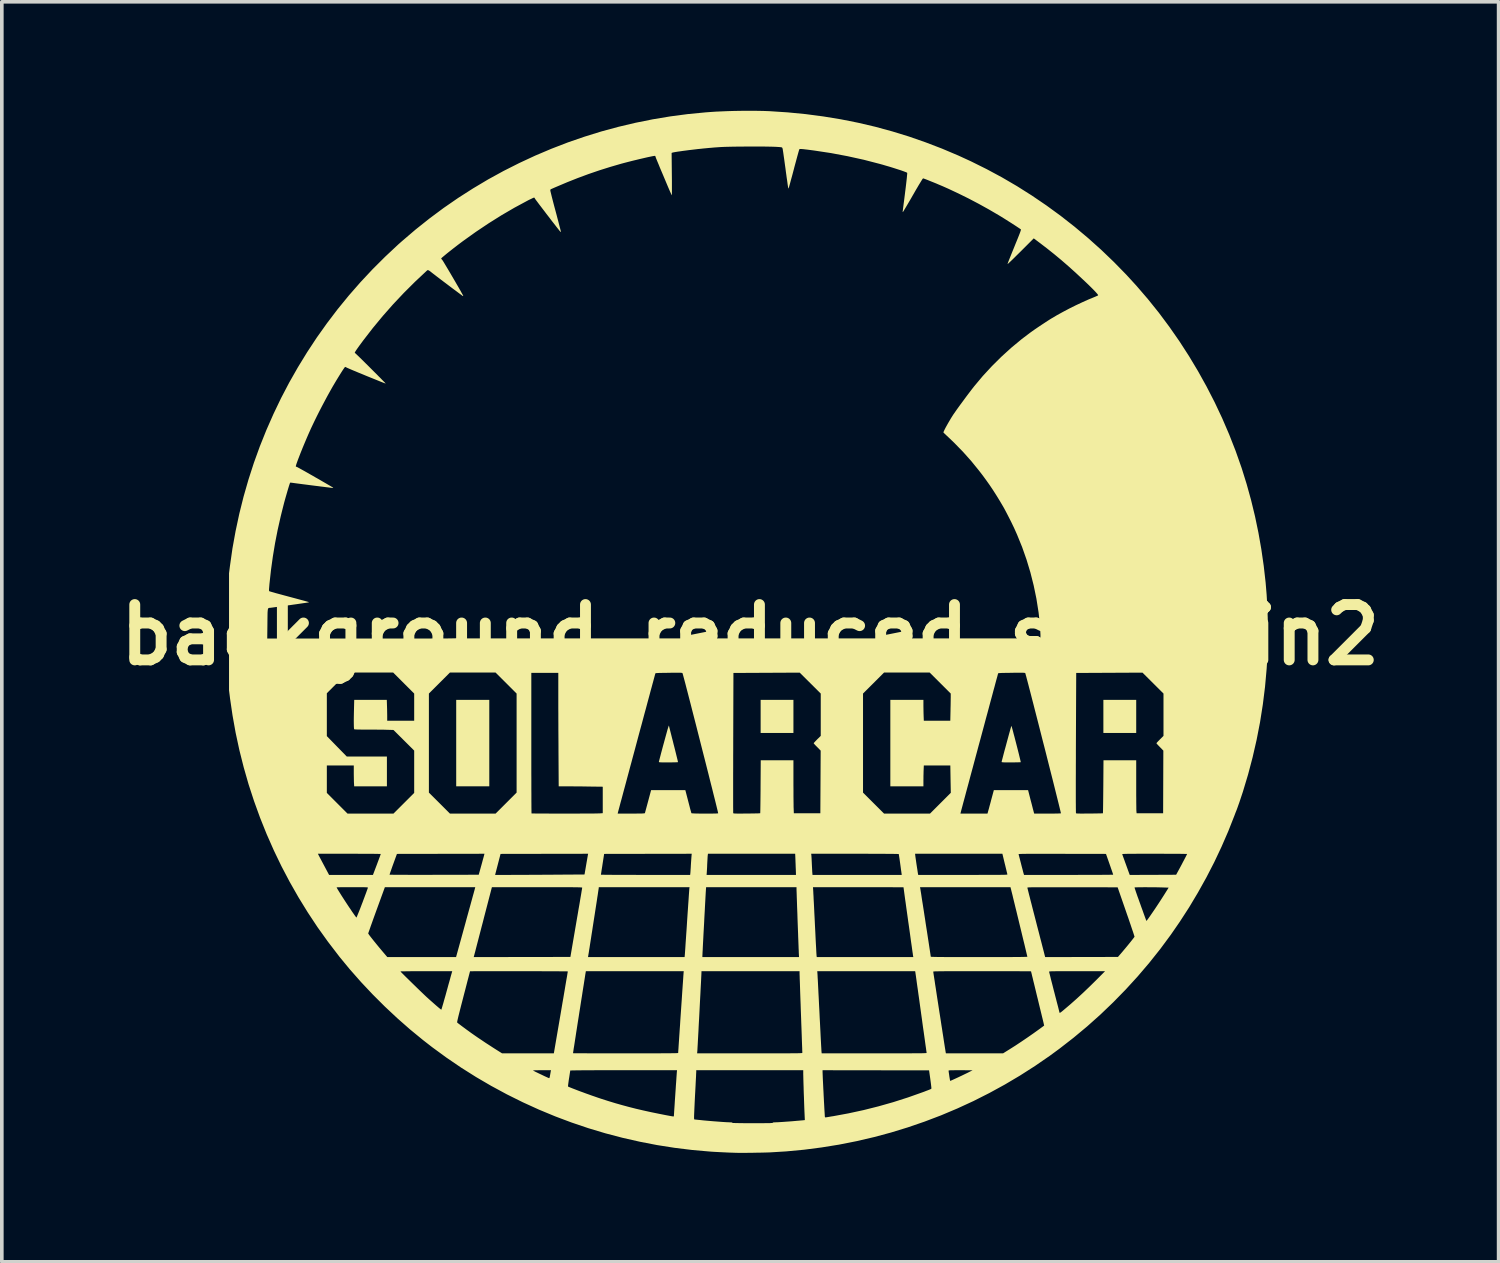
<source format=kicad_pcb>
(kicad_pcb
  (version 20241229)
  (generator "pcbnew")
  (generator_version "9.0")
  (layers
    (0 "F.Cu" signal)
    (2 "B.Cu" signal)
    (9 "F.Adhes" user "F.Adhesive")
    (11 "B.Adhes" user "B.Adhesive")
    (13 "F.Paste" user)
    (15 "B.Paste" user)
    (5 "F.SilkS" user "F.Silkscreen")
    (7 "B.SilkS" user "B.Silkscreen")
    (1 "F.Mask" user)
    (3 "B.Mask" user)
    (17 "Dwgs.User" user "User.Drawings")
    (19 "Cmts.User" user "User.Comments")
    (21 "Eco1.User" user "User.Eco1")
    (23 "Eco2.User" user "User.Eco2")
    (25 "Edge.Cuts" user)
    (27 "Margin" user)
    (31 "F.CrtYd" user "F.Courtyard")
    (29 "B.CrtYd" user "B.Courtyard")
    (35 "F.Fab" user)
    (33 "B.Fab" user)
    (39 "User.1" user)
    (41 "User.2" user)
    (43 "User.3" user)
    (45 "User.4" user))
  (footprint "background_reduced_silk_1in2"
    (layer "F.Cu")
    (at 17.606 14.43)
    (property "Reference" "background_reduced_silk_1in2" (at 0 0 0) (layer "F.SilkS") (effects (font (size 1.524 1.524) (thickness 0.3))))
    (attr board_only exclude_from_pos_files exclude_from_bom)
    (fp_poly (pts (xy -7.184 4.17) (xy -8.095 4.17) (xy -8.095 1.79) (xy -7.184 1.79)) (stroke (width 0) (type solid)) (fill yes) (layer "F.SilkS"))
    (fp_poly (pts (xy 1.19 2.701) (xy 0.287 2.701) (xy 0.287 1.79) (xy 1.19 1.79)) (stroke (width 0) (type solid)) (fill yes) (layer "F.SilkS"))
    (fp_poly (pts (xy 10.628 2.701) (xy 9.724 2.701) (xy 9.724 1.79) (xy 10.628 1.79)) (stroke (width 0) (type solid)) (fill yes) (layer "F.SilkS"))
    (fp_poly (pts (xy 7.194 2.512) (xy 7.201 2.533) (xy 7.211 2.567) (xy 7.224 2.613) (xy 7.239 2.668) (xy 7.255 2.732) (xy 7.274 2.801) (xy 7.293 2.875) (xy 7.313 2.952) (xy 7.333 3.03) (xy 7.353 3.108) (xy 7.372 3.183) (xy 7.39 3.254) (xy 7.406 3.32) (xy 7.42 3.378) (xy 7.432 3.427) (xy 7.441 3.466) (xy 7.447 3.492) (xy 7.449 3.504) (xy 7.448 3.505) (xy 7.439 3.507) (xy 7.415 3.508) (xy 7.379 3.509) (xy 7.331 3.51) (xy 7.275 3.511) (xy 7.213 3.512) (xy 7.183 3.512) (xy 7.109 3.512) (xy 7.05 3.511) (xy 7.005 3.511) (xy 6.972 3.51) (xy 6.948 3.508) (xy 6.933 3.506) (xy 6.925 3.503) (xy 6.922 3.5) (xy 6.922 3.499) (xy 6.924 3.488) (xy 6.93 3.463) (xy 6.94 3.425) (xy 6.953 3.376) (xy 6.968 3.318) (xy 6.985 3.252) (xy 7.004 3.181) (xy 7.025 3.106) (xy 7.046 3.028) (xy 7.067 2.95) (xy 7.088 2.873) (xy 7.108 2.799) (xy 7.127 2.729) (xy 7.145 2.666) (xy 7.16 2.611) (xy 7.173 2.565) (xy 7.183 2.531) (xy 7.189 2.511) (xy 7.191 2.505)) (stroke (width 0) (type solid)) (fill yes) (layer "F.SilkS"))
    (fp_poly (pts (xy -2.237 2.503) (xy -2.235 2.513) (xy -2.229 2.537) (xy -2.22 2.575) (xy -2.207 2.625) (xy -2.192 2.685) (xy -2.174 2.755) (xy -2.155 2.832) (xy -2.133 2.915) (xy -2.111 3.004) (xy -2.111 3.005) (xy -2.088 3.093) (xy -2.067 3.177) (xy -2.048 3.254) (xy -2.031 3.323) (xy -2.016 3.384) (xy -2.004 3.433) (xy -1.995 3.471) (xy -1.99 3.495) (xy -1.989 3.505) (xy -1.989 3.505) (xy -1.998 3.506) (xy -2.022 3.508) (xy -2.059 3.509) (xy -2.106 3.51) (xy -2.162 3.511) (xy -2.225 3.512) (xy -2.254 3.512) (xy -2.328 3.512) (xy -2.387 3.511) (xy -2.432 3.511) (xy -2.466 3.51) (xy -2.489 3.508) (xy -2.504 3.506) (xy -2.512 3.503) (xy -2.515 3.5) (xy -2.516 3.499) (xy -2.513 3.488) (xy -2.507 3.463) (xy -2.497 3.425) (xy -2.484 3.375) (xy -2.468 3.314) (xy -2.45 3.244) (xy -2.429 3.166) (xy -2.407 3.083) (xy -2.384 2.999) (xy -2.354 2.889) (xy -2.328 2.794) (xy -2.306 2.715) (xy -2.288 2.649) (xy -2.273 2.596) (xy -2.26 2.555) (xy -2.251 2.526) (xy -2.244 2.507) (xy -2.24 2.498) (xy -2.237 2.498)) (stroke (width 0) (type solid)) (fill yes) (layer "F.SilkS"))
    (fp_poly (pts (xy 0.22 -14.428) (xy 0.37 -14.425) (xy 0.507 -14.42) (xy 0.532 -14.419) (xy 1.033 -14.386) (xy 1.527 -14.338) (xy 2.014 -14.274) (xy 2.496 -14.195) (xy 2.972 -14.1) (xy 3.442 -13.99) (xy 3.908 -13.863) (xy 4.37 -13.721) (xy 4.827 -13.562) (xy 5.281 -13.388) (xy 5.732 -13.197) (xy 6.078 -13.038) (xy 6.507 -12.825) (xy 6.931 -12.597) (xy 7.347 -12.354) (xy 7.755 -12.096) (xy 8.155 -11.824) (xy 8.546 -11.539) (xy 8.929 -11.239) (xy 9.301 -10.927) (xy 9.664 -10.602) (xy 10.015 -10.265) (xy 10.356 -9.916) (xy 10.636 -9.61) (xy 10.95 -9.245) (xy 11.252 -8.869) (xy 11.541 -8.481) (xy 11.818 -8.083) (xy 12.081 -7.676) (xy 12.331 -7.259) (xy 12.567 -6.834) (xy 12.789 -6.402) (xy 12.996 -5.963) (xy 13.188 -5.517) (xy 13.365 -5.065) (xy 13.526 -4.608) (xy 13.537 -4.575) (xy 13.67 -4.147) (xy 13.791 -3.709) (xy 13.899 -3.264) (xy 13.993 -2.812) (xy 14.073 -2.357) (xy 14.139 -1.899) (xy 14.191 -1.442) (xy 14.219 -1.106) (xy 14.237 -0.797) (xy 14.249 -0.477) (xy 14.254 -0.151) (xy 14.252 0.175) (xy 14.243 0.498) (xy 14.227 0.812) (xy 14.219 0.937) (xy 14.175 1.429) (xy 14.114 1.919) (xy 14.037 2.407) (xy 13.943 2.891) (xy 13.833 3.371) (xy 13.707 3.848) (xy 13.565 4.32) (xy 13.463 4.626) (xy 13.444 4.678) (xy 13.427 4.727) (xy 13.412 4.769) (xy 13.4 4.801) (xy 13.393 4.821) (xy 13.391 4.824) (xy 13.385 4.841) (xy 13.373 4.87) (xy 13.358 4.908) (xy 13.342 4.951) (xy 13.334 4.972) (xy 13.164 5.404) (xy 12.977 5.834) (xy 12.776 6.26) (xy 12.559 6.681) (xy 12.328 7.095) (xy 12.085 7.502) (xy 11.828 7.899) (xy 11.58 8.258) (xy 11.29 8.65) (xy 10.985 9.033) (xy 10.668 9.405) (xy 10.338 9.766) (xy 9.996 10.116) (xy 9.642 10.455) (xy 9.277 10.781) (xy 8.901 11.094) (xy 8.515 11.394) (xy 8.248 11.59) (xy 7.843 11.869) (xy 7.43 12.133) (xy 7.01 12.382) (xy 6.582 12.616) (xy 6.147 12.836) (xy 5.704 13.04) (xy 5.256 13.229) (xy 4.801 13.402) (xy 4.341 13.56) (xy 3.875 13.703) (xy 3.405 13.829) (xy 2.929 13.94) (xy 2.45 14.035) (xy 1.967 14.113) (xy 1.48 14.176) (xy 0.99 14.222) (xy 0.549 14.249) (xy 0.493 14.251) (xy 0.424 14.253) (xy 0.345 14.255) (xy 0.259 14.257) (xy 0.168 14.258) (xy 0.074 14.26) (xy -0.019 14.261) (xy -0.109 14.262) (xy -0.193 14.262) (xy -0.269 14.262) (xy -0.334 14.262) (xy -0.385 14.261) (xy -0.393 14.261) (xy -0.48 14.258) (xy -0.577 14.255) (xy -0.68 14.25) (xy -0.784 14.245) (xy -0.885 14.24) (xy -0.979 14.235) (xy -1.063 14.23) (xy -1.102 14.227) (xy -1.592 14.184) (xy -2.08 14.124) (xy -2.564 14.048) (xy -3.044 13.955) (xy -3.519 13.847) (xy -3.991 13.723) (xy -4.457 13.583) (xy -4.918 13.427) (xy -5.249 13.303) (xy -1.546 13.303) (xy -1.546 13.313) (xy -1.54 13.342) (xy -1.447 13.352) (xy -1.375 13.359) (xy -1.293 13.368) (xy -1.205 13.376) (xy -1.113 13.384) (xy -1.018 13.392) (xy -0.925 13.399) (xy -0.834 13.406) (xy -0.75 13.412) (xy -0.673 13.417) (xy -0.607 13.42) (xy -0.555 13.422) (xy -0.536 13.423) (xy -0.506 13.424) (xy -0.488 13.426) (xy -0.484 13.428) (xy -0.49 13.429) (xy -0.506 13.432) (xy -0.509 13.434) (xy -0.498 13.436) (xy -0.477 13.439) (xy -0.459 13.44) (xy -0.425 13.441) (xy -0.379 13.442) (xy -0.322 13.443) (xy -0.255 13.444) (xy -0.181 13.445) (xy -0.101 13.445) (xy -0.018 13.445) (xy 0.067 13.446) (xy 0.151 13.446) (xy 0.233 13.446) (xy 0.312 13.445) (xy 0.384 13.445) (xy 0.448 13.444) (xy 0.503 13.443) (xy 0.545 13.443) (xy 0.575 13.441) (xy 0.582 13.441) (xy 0.616 13.438) (xy 0.633 13.435) (xy 0.637 13.433) (xy 0.628 13.43) (xy 0.625 13.429) (xy 0.615 13.427) (xy 0.62 13.425) (xy 0.641 13.423) (xy 0.663 13.423) (xy 0.705 13.421) (xy 0.761 13.419) (xy 0.83 13.415) (xy 0.907 13.41) (xy 0.99 13.404) (xy 1.078 13.398) (xy 1.167 13.391) (xy 1.254 13.383) (xy 1.338 13.376) (xy 1.415 13.369) (xy 1.451 13.366) (xy 1.504 13.36) (xy 1.499 13.25) (xy 1.497 13.201) (xy 1.494 13.139) (xy 1.491 13.068) (xy 1.488 12.989) (xy 1.485 12.903) (xy 1.482 12.813) (xy 1.479 12.72) (xy 1.475 12.627) (xy 1.472 12.535) (xy 1.47 12.447) (xy 1.467 12.364) (xy 1.465 12.288) (xy 1.463 12.221) (xy 1.462 12.165) (xy 1.461 12.123) (xy 1.46 12.095) (xy 1.46 12.094) (xy 1.46 11.987) (xy -1.486 11.987) (xy -1.486 12.023) (xy -1.486 12.037) (xy -1.488 12.066) (xy -1.49 12.11) (xy -1.492 12.166) (xy -1.496 12.234) (xy -1.5 12.311) (xy -1.504 12.396) (xy -1.509 12.488) (xy -1.514 12.586) (xy -1.519 12.671) (xy -1.524 12.772) (xy -1.529 12.869) (xy -1.533 12.959) (xy -1.537 13.043) (xy -1.54 13.118) (xy -1.543 13.182) (xy -1.545 13.236) (xy -1.546 13.276) (xy -1.546 13.303) (xy -5.249 13.303) (xy -5.373 13.256) (xy -5.821 13.07) (xy -6.264 12.868) (xy -6.699 12.652) (xy -7.115 12.427) (xy -5.017 12.427) (xy -5.016 12.435) (xy -5.004 12.442) (xy -4.977 12.454) (xy -4.937 12.47) (xy -4.887 12.49) (xy -4.827 12.513) (xy -4.76 12.539) (xy -4.687 12.567) (xy -4.609 12.595) (xy -4.529 12.625) (xy -4.447 12.654) (xy -4.367 12.683) (xy -4.288 12.71) (xy -4.214 12.736) (xy -4.146 12.759) (xy -4.107 12.772) (xy -3.907 12.836) (xy -3.713 12.895) (xy -3.523 12.949) (xy -3.334 13) (xy -3.141 13.049) (xy -2.943 13.095) (xy -2.735 13.141) (xy -2.515 13.186) (xy -2.414 13.206) (xy -2.334 13.222) (xy -2.269 13.234) (xy -2.217 13.244) (xy -2.177 13.251) (xy -2.147 13.256) (xy -2.127 13.259) (xy -2.113 13.259) (xy -2.106 13.259) (xy -2.103 13.256) (xy -2.102 13.253) (xy -2.101 13.243) (xy -2.1 13.216) (xy -2.097 13.177) (xy -2.094 13.126) (xy -2.09 13.064) (xy -2.085 12.994) (xy -2.08 12.917) (xy -2.075 12.835) (xy -2.069 12.749) (xy -2.063 12.661) (xy -2.057 12.573) (xy -2.051 12.487) (xy -2.046 12.404) (xy -2.04 12.325) (xy -2.035 12.253) (xy -2.031 12.189) (xy -2.027 12.135) (xy -2.024 12.092) (xy -2.022 12.062) (xy -2.021 12.048) (xy -2.015 11.987) (xy -3.485 11.987) (xy -3.698 11.987) (xy -3.895 11.987) (xy -4.075 11.987) (xy -4.238 11.987) (xy -4.384 11.988) (xy -4.514 11.988) (xy -4.628 11.989) (xy -4.724 11.99) (xy -4.804 11.991) (xy -4.867 11.992) (xy -4.913 11.993) (xy -4.942 11.994) (xy -4.955 11.995) (xy -4.955 11.995) (xy -4.956 12.006) (xy -4.96 12.03) (xy -4.966 12.067) (xy -4.973 12.113) (xy -4.981 12.167) (xy -4.989 12.216) (xy -4.998 12.274) (xy -5.005 12.327) (xy -5.011 12.371) (xy -5.015 12.405) (xy -5.017 12.427) (xy -7.115 12.427) (xy -7.127 12.421) (xy -7.548 12.175) (xy -7.833 11.995) (xy -5.98 11.995) (xy -5.97 12.001) (xy -5.947 12.013) (xy -5.914 12.03) (xy -5.872 12.05) (xy -5.825 12.073) (xy -5.775 12.097) (xy -5.724 12.121) (xy -5.675 12.145) (xy -5.629 12.166) (xy -5.591 12.183) (xy -5.561 12.197) (xy -5.542 12.204) (xy -5.537 12.206) (xy -5.53 12.202) (xy -5.524 12.189) (xy -5.518 12.165) (xy -5.511 12.126) (xy -5.509 12.115) (xy -5.502 12.076) (xy -5.496 12.042) (xy -5.492 12.016) (xy -5.489 12.006) (xy -5.485 11.987) (xy -5.737 11.987) (xy -5.812 11.987) (xy -5.875 11.988) (xy -5.924 11.989) (xy -5.958 11.991) (xy -5.977 11.993) (xy -5.98 11.995) (xy -7.833 11.995) (xy -7.846 11.987) (xy 1.992 11.987) (xy 1.992 12.036) (xy 1.993 12.056) (xy 1.994 12.09) (xy 1.996 12.137) (xy 1.998 12.195) (xy 2.001 12.262) (xy 2.005 12.337) (xy 2.009 12.418) (xy 2.013 12.503) (xy 2.018 12.591) (xy 2.022 12.68) (xy 2.027 12.769) (xy 2.031 12.855) (xy 2.036 12.938) (xy 2.04 13.015) (xy 2.044 13.085) (xy 2.048 13.146) (xy 2.051 13.197) (xy 2.053 13.236) (xy 2.055 13.262) (xy 2.056 13.272) (xy 2.064 13.284) (xy 2.069 13.287) (xy 2.08 13.285) (xy 2.104 13.282) (xy 2.141 13.276) (xy 2.187 13.268) (xy 2.24 13.259) (xy 2.282 13.253) (xy 2.704 13.175) (xy 3.12 13.085) (xy 3.53 12.982) (xy 3.939 12.866) (xy 4.348 12.735) (xy 4.76 12.589) (xy 4.79 12.578) (xy 4.843 12.557) (xy 4.891 12.539) (xy 4.932 12.523) (xy 4.963 12.51) (xy 4.981 12.501) (xy 4.985 12.499) (xy 4.988 12.49) (xy 4.988 12.471) (xy 4.985 12.44) (xy 4.98 12.396) (xy 4.973 12.338) (xy 4.963 12.265) (xy 4.96 12.24) (xy 4.926 12) (xy 5.462 12) (xy 5.463 12.013) (xy 5.466 12.039) (xy 5.471 12.073) (xy 5.477 12.114) (xy 5.483 12.156) (xy 5.489 12.195) (xy 5.495 12.229) (xy 5.499 12.253) (xy 5.5 12.259) (xy 5.505 12.281) (xy 5.544 12.266) (xy 5.564 12.257) (xy 5.595 12.243) (xy 5.636 12.224) (xy 5.684 12.202) (xy 5.736 12.178) (xy 5.761 12.166) (xy 5.819 12.139) (xy 5.878 12.11) (xy 5.934 12.083) (xy 5.984 12.059) (xy 6.023 12.039) (xy 6.031 12.035) (xy 6.124 11.988) (xy 5.793 11.987) (xy 5.709 11.987) (xy 5.64 11.987) (xy 5.585 11.988) (xy 5.543 11.988) (xy 5.511 11.989) (xy 5.489 11.991) (xy 5.474 11.992) (xy 5.466 11.995) (xy 5.462 11.998) (xy 5.462 12) (xy 4.926 12) (xy 4.925 11.991) (xy 3.458 11.989) (xy 1.992 11.987) (xy -7.846 11.987) (xy -7.96 11.915) (xy -8.364 11.64) (xy -8.759 11.351) (xy -9.011 11.155) (xy -9.368 10.862) (xy -9.591 10.666) (xy -8.069 10.666) (xy -8.069 10.673) (xy -8.068 10.674) (xy -8.054 10.686) (xy -8.029 10.706) (xy -7.994 10.732) (xy -7.952 10.764) (xy -7.905 10.799) (xy -7.856 10.835) (xy -7.805 10.873) (xy -7.756 10.908) (xy -7.711 10.941) (xy -7.682 10.962) (xy -7.595 11.023) (xy -7.498 11.09) (xy -7.393 11.16) (xy -7.285 11.233) (xy -7.175 11.304) (xy -7.069 11.373) (xy -7.011 11.41) (xy -6.833 11.522) (xy -6.12 11.522) (xy -5.407 11.522) (xy -5.406 11.519) (xy -4.879 11.519) (xy -4.871 11.519) (xy -4.846 11.52) (xy -4.807 11.52) (xy -4.753 11.52) (xy -4.686 11.521) (xy -4.606 11.521) (xy -4.515 11.521) (xy -4.412 11.522) (xy -4.3 11.522) (xy -4.179 11.522) (xy -4.049 11.522) (xy -3.912 11.522) (xy -3.769 11.522) (xy -3.619 11.522) (xy -3.465 11.522) (xy -3.431 11.522) (xy -1.462 11.522) (xy -0.014 11.522) (xy 0.17 11.522) (xy 0.337 11.522) (xy 0.489 11.522) (xy 0.626 11.522) (xy 0.749 11.522) (xy 0.86 11.522) (xy 0.957 11.522) (xy 1.043 11.522) (xy 1.118 11.521) (xy 1.183 11.521) (xy 1.239 11.52) (xy 1.285 11.52) (xy 1.324 11.519) (xy 1.355 11.518) (xy 1.38 11.517) (xy 1.399 11.516) (xy 1.414 11.515) (xy 1.423 11.514) (xy 1.43 11.512) (xy 1.433 11.51) (xy 1.435 11.509) (xy 1.435 11.507) (xy 1.435 11.497) (xy 1.434 11.471) (xy 1.432 11.43) (xy 1.431 11.376) (xy 1.428 11.308) (xy 1.425 11.229) (xy 1.422 11.139) (xy 1.419 11.04) (xy 1.415 10.932) (xy 1.411 10.816) (xy 1.406 10.693) (xy 1.402 10.566) (xy 1.397 10.433) (xy 1.392 10.3) (xy 1.388 10.17) (xy 1.383 10.046) (xy 1.379 9.928) (xy 1.375 9.817) (xy 1.372 9.714) (xy 1.369 9.62) (xy 1.366 9.537) (xy 1.363 9.466) (xy 1.362 9.407) (xy 1.36 9.362) (xy 1.359 9.331) (xy 1.359 9.317) (xy 1.359 9.26) (xy 1.846 9.26) (xy 1.852 9.338) (xy 1.853 9.357) (xy 1.855 9.391) (xy 1.857 9.44) (xy 1.861 9.502) (xy 1.865 9.576) (xy 1.869 9.662) (xy 1.874 9.758) (xy 1.879 9.862) (xy 1.885 9.975) (xy 1.891 10.094) (xy 1.897 10.218) (xy 1.904 10.347) (xy 1.908 10.429) (xy 1.914 10.559) (xy 1.921 10.685) (xy 1.927 10.806) (xy 1.933 10.92) (xy 1.938 11.027) (xy 1.943 11.125) (xy 1.948 11.214) (xy 1.952 11.292) (xy 1.956 11.358) (xy 1.959 11.411) (xy 1.961 11.451) (xy 1.963 11.475) (xy 1.963 11.482) (xy 1.968 11.522) (xy 3.415 11.522) (xy 3.598 11.522) (xy 3.765 11.522) (xy 3.917 11.522) (xy 4.054 11.522) (xy 4.177 11.522) (xy 4.287 11.522) (xy 4.385 11.522) (xy 4.47 11.521) (xy 4.545 11.521) (xy 4.61 11.521) (xy 4.665 11.52) (xy 4.711 11.52) (xy 4.75 11.519) (xy 4.781 11.518) (xy 4.806 11.517) (xy 4.824 11.516) (xy 4.838 11.515) (xy 4.848 11.514) (xy 4.853 11.512) (xy 4.856 11.51) (xy 4.857 11.509) (xy 4.857 11.508) (xy 4.856 11.498) (xy 4.852 11.472) (xy 4.846 11.431) (xy 4.839 11.377) (xy 4.829 11.31) (xy 4.818 11.231) (xy 4.806 11.142) (xy 4.792 11.043) (xy 4.777 10.935) (xy 4.76 10.819) (xy 4.743 10.696) (xy 4.726 10.568) (xy 4.707 10.435) (xy 4.702 10.396) (xy 4.683 10.261) (xy 4.665 10.131) (xy 4.648 10.007) (xy 4.631 9.889) (xy 4.616 9.778) (xy 4.601 9.676) (xy 4.588 9.583) (xy 4.577 9.501) (xy 4.567 9.43) (xy 4.559 9.371) (xy 4.552 9.326) (xy 4.548 9.296) (xy 4.545 9.28) (xy 4.545 9.279) (xy 4.544 9.274) (xy 5.039 9.274) (xy 5.041 9.283) (xy 5.044 9.308) (xy 5.05 9.348) (xy 5.058 9.4) (xy 5.068 9.465) (xy 5.08 9.54) (xy 5.092 9.625) (xy 5.107 9.718) (xy 5.122 9.818) (xy 5.138 9.924) (xy 5.155 10.035) (xy 5.173 10.15) (xy 5.191 10.267) (xy 5.209 10.385) (xy 5.228 10.503) (xy 5.246 10.62) (xy 5.263 10.734) (xy 5.281 10.845) (xy 5.297 10.952) (xy 5.313 11.052) (xy 5.327 11.145) (xy 5.34 11.23) (xy 5.352 11.305) (xy 5.362 11.37) (xy 5.371 11.423) (xy 5.377 11.462) (xy 5.381 11.488) (xy 5.383 11.497) (xy 5.388 11.522) (xy 6.963 11.522) (xy 7.147 11.407) (xy 7.305 11.307) (xy 7.465 11.201) (xy 7.63 11.089) (xy 7.801 10.97) (xy 7.981 10.841) (xy 8.093 10.758) (xy 8.092 10.75) (xy 8.086 10.727) (xy 8.078 10.689) (xy 8.066 10.639) (xy 8.051 10.576) (xy 8.033 10.503) (xy 8.013 10.421) (xy 7.991 10.33) (xy 7.967 10.232) (xy 7.942 10.129) (xy 7.916 10.02) (xy 7.914 10.013) (xy 7.887 9.904) (xy 7.862 9.799) (xy 7.838 9.701) (xy 7.816 9.609) (xy 7.795 9.526) (xy 7.778 9.452) (xy 7.762 9.389) (xy 7.75 9.337) (xy 7.74 9.299) (xy 7.735 9.276) (xy 8.23 9.276) (xy 8.232 9.286) (xy 8.238 9.312) (xy 8.248 9.351) (xy 8.261 9.402) (xy 8.276 9.465) (xy 8.294 9.536) (xy 8.315 9.616) (xy 8.337 9.703) (xy 8.36 9.794) (xy 8.374 9.846) (xy 8.398 9.94) (xy 8.421 10.028) (xy 8.442 10.111) (xy 8.462 10.186) (xy 8.479 10.252) (xy 8.493 10.308) (xy 8.504 10.353) (xy 8.512 10.384) (xy 8.517 10.401) (xy 8.517 10.404) (xy 8.521 10.409) (xy 8.533 10.404) (xy 8.554 10.391) (xy 8.585 10.367) (xy 8.627 10.332) (xy 8.634 10.326) (xy 8.811 10.176) (xy 8.987 10.02) (xy 9.163 9.858) (xy 9.342 9.687) (xy 9.528 9.504) (xy 9.539 9.493) (xy 9.771 9.26) (xy 9.001 9.26) (xy 8.869 9.26) (xy 8.753 9.26) (xy 8.653 9.26) (xy 8.566 9.26) (xy 8.492 9.261) (xy 8.429 9.261) (xy 8.378 9.262) (xy 8.336 9.262) (xy 8.303 9.263) (xy 8.277 9.264) (xy 8.259 9.266) (xy 8.246 9.267) (xy 8.237 9.269) (xy 8.233 9.271) (xy 8.231 9.273) (xy 8.23 9.276) (xy 7.735 9.276) (xy 7.734 9.274) (xy 7.732 9.264) (xy 7.732 9.264) (xy 7.724 9.264) (xy 7.7 9.263) (xy 7.66 9.263) (xy 7.607 9.263) (xy 7.54 9.262) (xy 7.461 9.262) (xy 7.37 9.261) (xy 7.268 9.261) (xy 7.157 9.261) (xy 7.037 9.261) (xy 6.909 9.26) (xy 6.774 9.26) (xy 6.633 9.26) (xy 6.487 9.26) (xy 6.386 9.26) (xy 6.209 9.26) (xy 6.048 9.26) (xy 5.902 9.26) (xy 5.771 9.26) (xy 5.654 9.261) (xy 5.549 9.261) (xy 5.458 9.261) (xy 5.377 9.261) (xy 5.308 9.262) (xy 5.248 9.262) (xy 5.198 9.263) (xy 5.157 9.264) (xy 5.123 9.264) (xy 5.096 9.265) (xy 5.075 9.266) (xy 5.06 9.268) (xy 5.05 9.269) (xy 5.043 9.27) (xy 5.04 9.272) (xy 5.039 9.274) (xy 4.544 9.274) (xy 4.541 9.26) (xy 1.846 9.26) (xy 1.359 9.26) (xy -1.342 9.26) (xy -1.342 9.289) (xy -1.343 9.303) (xy -1.344 9.333) (xy -1.346 9.377) (xy -1.349 9.434) (xy -1.352 9.503) (xy -1.356 9.582) (xy -1.361 9.671) (xy -1.366 9.767) (xy -1.371 9.871) (xy -1.377 9.98) (xy -1.383 10.094) (xy -1.389 10.21) (xy -1.395 10.328) (xy -1.401 10.447) (xy -1.407 10.565) (xy -1.414 10.682) (xy -1.42 10.795) (xy -1.425 10.903) (xy -1.431 11.006) (xy -1.436 11.101) (xy -1.441 11.189) (xy -1.445 11.267) (xy -1.449 11.334) (xy -1.452 11.389) (xy -1.454 11.431) (xy -1.456 11.459) (xy -1.457 11.47) (xy -1.462 11.522) (xy -3.431 11.522) (xy -3.245 11.522) (xy -3.075 11.522) (xy -2.92 11.522) (xy -2.78 11.522) (xy -2.654 11.522) (xy -2.542 11.522) (xy -2.442 11.521) (xy -2.354 11.521) (xy -2.278 11.521) (xy -2.212 11.52) (xy -2.156 11.519) (xy -2.109 11.519) (xy -2.071 11.518) (xy -2.041 11.517) (xy -2.018 11.516) (xy -2.002 11.515) (xy -1.991 11.513) (xy -1.985 11.512) (xy -1.984 11.511) (xy -1.983 11.501) (xy -1.982 11.475) (xy -1.979 11.434) (xy -1.975 11.381) (xy -1.971 11.316) (xy -1.966 11.239) (xy -1.96 11.154) (xy -1.954 11.06) (xy -1.947 10.959) (xy -1.94 10.852) (xy -1.932 10.74) (xy -1.925 10.625) (xy -1.917 10.508) (xy -1.909 10.39) (xy -1.901 10.273) (xy -1.893 10.156) (xy -1.885 10.043) (xy -1.878 9.933) (xy -1.871 9.828) (xy -1.864 9.73) (xy -1.858 9.64) (xy -1.852 9.558) (xy -1.847 9.486) (xy -1.843 9.426) (xy -1.84 9.377) (xy -1.837 9.343) (xy -1.836 9.324) (xy -1.836 9.321) (xy -1.83 9.26) (xy -4.524 9.26) (xy -4.529 9.279) (xy -4.53 9.289) (xy -4.534 9.314) (xy -4.541 9.354) (xy -4.549 9.407) (xy -4.559 9.471) (xy -4.571 9.547) (xy -4.584 9.631) (xy -4.599 9.724) (xy -4.615 9.825) (xy -4.631 9.931) (xy -4.649 10.042) (xy -4.667 10.157) (xy -4.685 10.274) (xy -4.704 10.392) (xy -4.722 10.51) (xy -4.741 10.628) (xy -4.759 10.743) (xy -4.776 10.854) (xy -4.793 10.961) (xy -4.808 11.062) (xy -4.823 11.156) (xy -4.836 11.242) (xy -4.848 11.319) (xy -4.859 11.384) (xy -4.867 11.439) (xy -4.873 11.48) (xy -4.877 11.507) (xy -4.879 11.519) (xy -4.879 11.519) (xy -5.406 11.519) (xy -5.214 10.398) (xy -5.191 10.262) (xy -5.169 10.131) (xy -5.147 10.006) (xy -5.127 9.887) (xy -5.108 9.776) (xy -5.091 9.673) (xy -5.075 9.579) (xy -5.061 9.496) (xy -5.048 9.424) (xy -5.038 9.364) (xy -5.031 9.318) (xy -5.025 9.286) (xy -5.023 9.269) (xy -5.022 9.266) (xy -5.031 9.266) (xy -5.055 9.265) (xy -5.093 9.265) (xy -5.146 9.264) (xy -5.211 9.264) (xy -5.287 9.263) (xy -5.374 9.263) (xy -5.47 9.262) (xy -5.574 9.262) (xy -5.685 9.262) (xy -5.802 9.261) (xy -5.924 9.261) (xy -6.049 9.261) (xy -6.178 9.261) (xy -6.308 9.26) (xy -6.438 9.26) (xy -6.568 9.26) (xy -6.697 9.26) (xy -6.822 9.26) (xy -6.944 9.26) (xy -7.061 9.26) (xy -7.171 9.26) (xy -7.275 9.26) (xy -7.37 9.26) (xy -7.456 9.261) (xy -7.532 9.261) (xy -7.596 9.261) (xy -7.647 9.262) (xy -7.685 9.262) (xy -7.708 9.263) (xy -7.715 9.263) (xy -7.717 9.272) (xy -7.723 9.295) (xy -7.733 9.333) (xy -7.746 9.383) (xy -7.762 9.445) (xy -7.781 9.517) (xy -7.802 9.599) (xy -7.825 9.688) (xy -7.85 9.785) (xy -7.877 9.887) (xy -7.897 9.965) (xy -7.93 10.093) (xy -7.959 10.204) (xy -7.984 10.302) (xy -8.005 10.385) (xy -8.023 10.456) (xy -8.038 10.516) (xy -8.049 10.564) (xy -8.058 10.602) (xy -8.064 10.631) (xy -8.068 10.652) (xy -8.069 10.666) (xy -9.591 10.666) (xy -9.718 10.554) (xy -10.06 10.234) (xy -10.393 9.902) (xy -10.714 9.561) (xy -10.973 9.267) (xy -9.63 9.267) (xy -9.623 9.275) (xy -9.606 9.294) (xy -9.578 9.322) (xy -9.543 9.357) (xy -9.5 9.4) (xy -9.451 9.448) (xy -9.398 9.5) (xy -9.342 9.555) (xy -9.284 9.612) (xy -9.225 9.669) (xy -9.167 9.726) (xy -9.11 9.781) (xy -9.057 9.832) (xy -9.008 9.879) (xy -8.965 9.92) (xy -8.929 9.954) (xy -8.901 9.98) (xy -8.893 9.987) (xy -8.82 10.053) (xy -8.752 10.113) (xy -8.69 10.168) (xy -8.636 10.215) (xy -8.589 10.255) (xy -8.552 10.286) (xy -8.525 10.307) (xy -8.509 10.319) (xy -8.505 10.321) (xy -8.502 10.312) (xy -8.494 10.289) (xy -8.483 10.253) (xy -8.469 10.204) (xy -8.451 10.144) (xy -8.432 10.075) (xy -8.41 9.998) (xy -8.386 9.915) (xy -8.362 9.826) (xy -8.357 9.808) (xy -8.332 9.718) (xy -8.309 9.633) (xy -8.286 9.553) (xy -8.266 9.481) (xy -8.249 9.417) (xy -8.234 9.364) (xy -8.222 9.322) (xy -8.214 9.294) (xy -8.21 9.28) (xy -8.21 9.279) (xy -8.204 9.26) (xy -8.918 9.26) (xy -9.027 9.26) (xy -9.13 9.26) (xy -9.226 9.261) (xy -9.316 9.261) (xy -9.396 9.262) (xy -9.467 9.263) (xy -9.527 9.264) (xy -9.574 9.264) (xy -9.608 9.265) (xy -9.626 9.266) (xy -9.63 9.267) (xy -10.973 9.267) (xy -11.022 9.212) (xy -11.302 8.872) (xy -7.613 8.872) (xy -7.58 8.872) (xy -4.467 8.872) (xy -1.807 8.872) (xy -1.804 8.849) (xy -1.317 8.849) (xy -1.317 8.872) (xy 1.344 8.872) (xy 1.338 8.76) (xy 1.337 8.734) (xy 1.336 8.693) (xy 1.333 8.639) (xy 1.331 8.574) (xy 1.328 8.498) (xy 1.325 8.413) (xy 1.321 8.321) (xy 1.318 8.223) (xy 1.314 8.121) (xy 1.31 8.015) (xy 1.306 7.908) (xy 1.302 7.8) (xy 1.299 7.693) (xy 1.295 7.588) (xy 1.291 7.488) (xy 1.288 7.392) (xy 1.285 7.304) (xy 1.282 7.223) (xy 1.28 7.152) (xy 1.278 7.092) (xy 1.276 7.043) (xy 1.275 7.009) (xy 1.275 6.99) (xy 1.275 6.987) (xy 1.275 6.947) (xy 1.728 6.947) (xy 1.734 7.03) (xy 1.735 7.049) (xy 1.737 7.085) (xy 1.739 7.135) (xy 1.743 7.198) (xy 1.746 7.273) (xy 1.751 7.358) (xy 1.756 7.452) (xy 1.761 7.555) (xy 1.766 7.664) (xy 1.772 7.778) (xy 1.778 7.897) (xy 1.781 7.964) (xy 1.787 8.083) (xy 1.793 8.198) (xy 1.798 8.307) (xy 1.803 8.409) (xy 1.808 8.504) (xy 1.813 8.589) (xy 1.817 8.664) (xy 1.82 8.728) (xy 1.823 8.779) (xy 1.826 8.816) (xy 1.827 8.838) (xy 1.828 8.844) (xy 1.833 8.872) (xy 4.491 8.872) (xy 4.487 8.853) (xy 4.485 8.843) (xy 4.481 8.818) (xy 4.476 8.778) (xy 4.468 8.726) (xy 4.459 8.662) (xy 4.449 8.588) (xy 4.437 8.505) (xy 4.424 8.415) (xy 4.411 8.318) (xy 4.397 8.216) (xy 4.382 8.11) (xy 4.367 8.002) (xy 4.351 7.893) (xy 4.336 7.783) (xy 4.321 7.676) (xy 4.306 7.57) (xy 4.292 7.469) (xy 4.279 7.373) (xy 4.266 7.284) (xy 4.255 7.203) (xy 4.245 7.13) (xy 4.237 7.068) (xy 4.23 7.018) (xy 4.225 6.981) (xy 4.222 6.958) (xy 4.221 6.951) (xy 4.212 6.95) (xy 4.188 6.95) (xy 4.149 6.95) (xy 4.096 6.949) (xy 4.029 6.949) (xy 3.95 6.949) (xy 3.86 6.948) (xy 3.76 6.948) (xy 3.65 6.948) (xy 3.532 6.948) (xy 3.406 6.947) (xy 3.273 6.947) (xy 3.135 6.947) (xy 2.992 6.947) (xy 4.675 6.947) (xy 4.68 6.97) (xy 4.682 6.982) (xy 4.687 7.01) (xy 4.693 7.051) (xy 4.702 7.104) (xy 4.712 7.169) (xy 4.723 7.244) (xy 4.736 7.328) (xy 4.751 7.419) (xy 4.766 7.517) (xy 4.782 7.619) (xy 4.798 7.725) (xy 4.815 7.833) (xy 4.831 7.942) (xy 4.848 8.051) (xy 4.865 8.158) (xy 4.881 8.262) (xy 4.896 8.362) (xy 4.911 8.457) (xy 4.924 8.544) (xy 4.936 8.624) (xy 4.947 8.695) (xy 4.956 8.754) (xy 4.963 8.802) (xy 4.968 8.837) (xy 4.971 8.857) (xy 4.972 8.861) (xy 4.975 8.863) (xy 4.984 8.864) (xy 5.001 8.865) (xy 5.026 8.866) (xy 5.059 8.867) (xy 5.101 8.868) (xy 5.153 8.869) (xy 5.215 8.87) (xy 5.288 8.87) (xy 5.374 8.871) (xy 5.471 8.871) (xy 5.582 8.871) (xy 5.707 8.871) (xy 5.846 8.872) (xy 6 8.872) (xy 6.169 8.872) (xy 6.301 8.872) (xy 6.488 8.872) (xy 6.657 8.872) (xy 6.811 8.872) (xy 6.95 8.871) (xy 7.074 8.871) (xy 7.184 8.871) (xy 7.28 8.87) (xy 7.364 8.87) (xy 7.435 8.869) (xy 7.494 8.868) (xy 7.542 8.867) (xy 7.579 8.866) (xy 7.605 8.865) (xy 7.622 8.864) (xy 7.63 8.863) (xy 7.631 8.862) (xy 7.629 8.853) (xy 7.623 8.829) (xy 7.614 8.791) (xy 7.602 8.74) (xy 7.587 8.678) (xy 7.57 8.606) (xy 7.551 8.525) (xy 7.529 8.437) (xy 7.506 8.342) (xy 7.482 8.242) (xy 7.457 8.138) (xy 7.431 8.031) (xy 7.405 7.924) (xy 7.379 7.816) (xy 7.353 7.709) (xy 7.328 7.605) (xy 7.303 7.505) (xy 7.28 7.409) (xy 7.258 7.32) (xy 7.238 7.238) (xy 7.221 7.165) (xy 7.205 7.102) (xy 7.192 7.051) (xy 7.183 7.012) (xy 7.176 6.986) (xy 7.174 6.979) (xy 7.17 6.961) (xy 7.631 6.961) (xy 7.633 6.97) (xy 7.639 6.995) (xy 7.649 7.035) (xy 7.662 7.087) (xy 7.678 7.152) (xy 7.698 7.228) (xy 7.719 7.313) (xy 7.744 7.408) (xy 7.77 7.511) (xy 7.798 7.62) (xy 7.828 7.736) (xy 7.859 7.856) (xy 7.868 7.891) (xy 7.899 8.013) (xy 7.93 8.131) (xy 7.959 8.243) (xy 7.986 8.349) (xy 8.012 8.447) (xy 8.035 8.537) (xy 8.056 8.618) (xy 8.074 8.688) (xy 8.089 8.746) (xy 8.1 8.791) (xy 8.108 8.822) (xy 8.113 8.839) (xy 8.113 8.84) (xy 8.121 8.872) (xy 10.125 8.868) (xy 10.217 8.762) (xy 10.246 8.728) (xy 10.28 8.687) (xy 10.318 8.642) (xy 10.359 8.593) (xy 10.4 8.543) (xy 10.44 8.494) (xy 10.478 8.447) (xy 10.512 8.404) (xy 10.541 8.367) (xy 10.563 8.338) (xy 10.577 8.319) (xy 10.582 8.312) (xy 10.579 8.303) (xy 10.572 8.279) (xy 10.56 8.241) (xy 10.544 8.191) (xy 10.523 8.13) (xy 10.499 8.059) (xy 10.472 7.978) (xy 10.442 7.891) (xy 10.41 7.796) (xy 10.375 7.697) (xy 10.351 7.627) (xy 10.118 6.955) (xy 10.582 6.955) (xy 10.584 6.964) (xy 10.591 6.988) (xy 10.603 7.024) (xy 10.619 7.072) (xy 10.639 7.13) (xy 10.662 7.197) (xy 10.689 7.27) (xy 10.717 7.35) (xy 10.737 7.404) (xy 10.772 7.503) (xy 10.803 7.587) (xy 10.828 7.658) (xy 10.849 7.716) (xy 10.866 7.763) (xy 10.88 7.8) (xy 10.89 7.828) (xy 10.898 7.848) (xy 10.904 7.862) (xy 10.907 7.87) (xy 10.91 7.874) (xy 10.911 7.875) (xy 10.913 7.874) (xy 10.914 7.873) (xy 10.915 7.872) (xy 10.922 7.863) (xy 10.936 7.844) (xy 10.957 7.816) (xy 10.982 7.781) (xy 10.997 7.76) (xy 11.056 7.674) (xy 11.122 7.578) (xy 11.191 7.475) (xy 11.261 7.369) (xy 11.329 7.264) (xy 11.393 7.164) (xy 11.41 7.137) (xy 11.521 6.96) (xy 11.368 6.955) (xy 11.31 6.953) (xy 11.244 6.952) (xy 11.174 6.95) (xy 11.099 6.949) (xy 11.023 6.949) (xy 10.948 6.949) (xy 10.874 6.948) (xy 10.805 6.949) (xy 10.742 6.949) (xy 10.687 6.95) (xy 10.641 6.951) (xy 10.607 6.952) (xy 10.587 6.954) (xy 10.582 6.955) (xy 10.118 6.955) (xy 10.116 6.951) (xy 8.874 6.949) (xy 8.704 6.949) (xy 8.55 6.949) (xy 8.411 6.949) (xy 8.287 6.949) (xy 8.177 6.949) (xy 8.08 6.949) (xy 7.994 6.949) (xy 7.92 6.949) (xy 7.857 6.949) (xy 7.804 6.95) (xy 7.759 6.95) (xy 7.723 6.951) (xy 7.694 6.952) (xy 7.671 6.953) (xy 7.655 6.954) (xy 7.643 6.956) (xy 7.636 6.957) (xy 7.632 6.959) (xy 7.631 6.961) (xy 7.631 6.961) (xy 7.17 6.961) (xy 7.166 6.947) (xy 4.675 6.947) (xy 2.992 6.947) (xy 1.728 6.947) (xy 1.275 6.947) (xy -1.214 6.947) (xy -1.219 7.008) (xy -1.22 7.025) (xy -1.222 7.056) (xy -1.225 7.101) (xy -1.228 7.159) (xy -1.232 7.228) (xy -1.236 7.307) (xy -1.241 7.394) (xy -1.246 7.488) (xy -1.251 7.588) (xy -1.257 7.692) (xy -1.263 7.799) (xy -1.268 7.908) (xy -1.274 8.017) (xy -1.28 8.125) (xy -1.286 8.23) (xy -1.291 8.331) (xy -1.296 8.428) (xy -1.301 8.518) (xy -1.305 8.6) (xy -1.308 8.672) (xy -1.312 8.734) (xy -1.314 8.784) (xy -1.316 8.821) (xy -1.317 8.843) (xy -1.317 8.849) (xy -1.804 8.849) (xy -1.803 8.836) (xy -1.802 8.823) (xy -1.799 8.794) (xy -1.796 8.75) (xy -1.792 8.694) (xy -1.787 8.625) (xy -1.782 8.544) (xy -1.776 8.454) (xy -1.769 8.355) (xy -1.762 8.249) (xy -1.754 8.136) (xy -1.746 8.017) (xy -1.739 7.901) (xy -1.731 7.779) (xy -1.723 7.661) (xy -1.715 7.549) (xy -1.708 7.443) (xy -1.701 7.345) (xy -1.695 7.257) (xy -1.69 7.178) (xy -1.685 7.11) (xy -1.681 7.055) (xy -1.678 7.013) (xy -1.676 6.986) (xy -1.674 6.975) (xy -1.67 6.947) (xy -4.17 6.947) (xy -4.17 6.965) (xy -4.171 6.975) (xy -4.175 7) (xy -4.181 7.04) (xy -4.189 7.092) (xy -4.198 7.156) (xy -4.21 7.23) (xy -4.222 7.313) (xy -4.236 7.403) (xy -4.251 7.5) (xy -4.267 7.602) (xy -4.283 7.707) (xy -4.3 7.815) (xy -4.317 7.924) (xy -4.334 8.033) (xy -4.35 8.14) (xy -4.367 8.245) (xy -4.382 8.345) (xy -4.397 8.44) (xy -4.411 8.528) (xy -4.423 8.608) (xy -4.435 8.679) (xy -4.444 8.74) (xy -4.452 8.788) (xy -4.458 8.823) (xy -4.461 8.844) (xy -4.462 8.849) (xy -4.467 8.872) (xy -7.58 8.872) (xy -6.282 8.87) (xy -4.951 8.868) (xy -4.789 7.922) (xy -4.768 7.798) (xy -4.747 7.678) (xy -4.728 7.564) (xy -4.709 7.457) (xy -4.692 7.357) (xy -4.677 7.266) (xy -4.663 7.185) (xy -4.651 7.114) (xy -4.642 7.056) (xy -4.634 7.011) (xy -4.629 6.98) (xy -4.626 6.964) (xy -4.626 6.962) (xy -4.627 6.96) (xy -4.629 6.958) (xy -4.634 6.957) (xy -4.642 6.955) (xy -4.655 6.954) (xy -4.672 6.953) (xy -4.696 6.952) (xy -4.726 6.951) (xy -4.763 6.95) (xy -4.808 6.949) (xy -4.863 6.949) (xy -4.927 6.948) (xy -5.001 6.948) (xy -5.087 6.948) (xy -5.186 6.948) (xy -5.297 6.947) (xy -5.422 6.947) (xy -5.562 6.947) (xy -5.717 6.947) (xy -5.869 6.947) (xy -7.112 6.947) (xy -7.331 7.789) (xy -7.361 7.908) (xy -7.392 8.024) (xy -7.421 8.137) (xy -7.449 8.244) (xy -7.475 8.344) (xy -7.499 8.437) (xy -7.521 8.52) (xy -7.54 8.594) (xy -7.556 8.655) (xy -7.568 8.704) (xy -7.577 8.738) (xy -7.581 8.752) (xy -7.613 8.872) (xy -11.302 8.872) (xy -11.315 8.856) (xy -11.33 8.836) (xy -11.628 8.447) (xy -11.789 8.222) (xy -10.518 8.222) (xy -10.512 8.232) (xy -10.497 8.254) (xy -10.474 8.286) (xy -10.443 8.326) (xy -10.405 8.374) (xy -10.363 8.427) (xy -10.316 8.485) (xy -10.267 8.545) (xy -10.216 8.607) (xy -10.164 8.669) (xy -10.122 8.719) (xy -9.992 8.872) (xy -8.099 8.872) (xy -7.839 7.929) (xy -7.806 7.806) (xy -7.773 7.687) (xy -7.742 7.574) (xy -7.712 7.467) (xy -7.685 7.368) (xy -7.66 7.277) (xy -7.638 7.196) (xy -7.618 7.125) (xy -7.602 7.066) (xy -7.589 7.02) (xy -7.581 6.987) (xy -7.576 6.969) (xy -7.575 6.966) (xy -7.57 6.947) (xy -10.059 6.947) (xy -10.289 7.578) (xy -10.325 7.677) (xy -10.359 7.771) (xy -10.391 7.86) (xy -10.42 7.942) (xy -10.447 8.016) (xy -10.469 8.08) (xy -10.488 8.134) (xy -10.503 8.176) (xy -10.513 8.205) (xy -10.518 8.22) (xy -10.518 8.222) (xy -11.789 8.222) (xy -11.913 8.049) (xy -12.182 7.642) (xy -12.438 7.226) (xy -12.594 6.952) (xy -11.387 6.952) (xy -11.383 6.964) (xy -11.37 6.988) (xy -11.35 7.022) (xy -11.323 7.066) (xy -11.291 7.117) (xy -11.255 7.175) (xy -11.215 7.237) (xy -11.173 7.302) (xy -11.13 7.368) (xy -11.086 7.435) (xy -11.043 7.5) (xy -11.001 7.561) (xy -10.963 7.619) (xy -10.927 7.67) (xy -10.897 7.713) (xy -10.872 7.747) (xy -10.854 7.771) (xy -10.844 7.782) (xy -10.842 7.783) (xy -10.837 7.775) (xy -10.827 7.753) (xy -10.813 7.718) (xy -10.794 7.672) (xy -10.771 7.616) (xy -10.746 7.552) (xy -10.718 7.48) (xy -10.689 7.403) (xy -10.679 7.379) (xy -10.65 7.3) (xy -10.622 7.226) (xy -10.597 7.158) (xy -10.574 7.097) (xy -10.556 7.046) (xy -10.541 7.005) (xy -10.531 6.977) (xy -10.527 6.962) (xy -10.526 6.961) (xy -10.527 6.958) (xy -10.532 6.955) (xy -10.541 6.953) (xy -10.555 6.951) (xy -10.577 6.95) (xy -10.608 6.949) (xy -10.648 6.948) (xy -10.7 6.948) (xy -10.764 6.947) (xy -10.842 6.947) (xy -10.936 6.947) (xy -10.957 6.947) (xy -11.04 6.947) (xy -11.118 6.948) (xy -11.19 6.948) (xy -11.252 6.948) (xy -11.305 6.949) (xy -11.346 6.95) (xy -11.374 6.951) (xy -11.387 6.952) (xy -11.387 6.952) (xy -12.594 6.952) (xy -12.679 6.803) (xy -12.906 6.371) (xy -13.072 6.027) (xy -11.903 6.027) (xy -11.885 6.063) (xy -11.877 6.079) (xy -11.862 6.108) (xy -11.841 6.147) (xy -11.815 6.196) (xy -11.786 6.251) (xy -11.754 6.311) (xy -11.731 6.354) (xy -11.595 6.61) (xy -7.024 6.61) (xy -6.696 6.61) (xy -6.641 6.61) (xy -6.571 6.609) (xy -6.487 6.609) (xy -6.392 6.609) (xy -6.286 6.608) (xy -6.172 6.608) (xy -6.051 6.607) (xy -5.925 6.607) (xy -5.796 6.606) (xy -5.665 6.605) (xy -5.534 6.604) (xy -5.465 6.604) (xy -5.349 6.603) (xy -4.111 6.603) (xy -4.102 6.604) (xy -4.078 6.605) (xy -4.039 6.605) (xy -3.986 6.606) (xy -3.919 6.607) (xy -3.841 6.607) (xy -3.751 6.608) (xy -3.651 6.608) (xy -3.541 6.609) (xy -3.423 6.609) (xy -3.297 6.609) (xy -3.165 6.609) (xy -3.027 6.61) (xy -2.885 6.61) (xy -1.655 6.61) (xy -1.201 6.61) (xy 1.26 6.61) (xy 1.255 6.451) (xy 1.252 6.388) (xy 1.25 6.319) (xy 1.247 6.25) (xy 1.245 6.188) (xy 1.244 6.16) (xy 1.238 6.027) (xy 1.678 6.027) (xy 1.683 6.063) (xy 1.685 6.082) (xy 1.687 6.114) (xy 1.69 6.158) (xy 1.692 6.21) (xy 1.695 6.266) (xy 1.696 6.293) (xy 1.699 6.353) (xy 1.702 6.411) (xy 1.705 6.464) (xy 1.707 6.508) (xy 1.709 6.54) (xy 1.71 6.548) (xy 1.715 6.61) (xy 4.172 6.61) (xy 4.167 6.569) (xy 4.164 6.551) (xy 4.16 6.518) (xy 4.153 6.473) (xy 4.146 6.42) (xy 4.138 6.36) (xy 4.129 6.296) (xy 4.128 6.286) (xy 4.119 6.224) (xy 4.111 6.167) (xy 4.103 6.117) (xy 4.097 6.077) (xy 4.093 6.05) (xy 4.092 6.049) (xy 4.541 6.049) (xy 4.543 6.061) (xy 4.546 6.088) (xy 4.551 6.126) (xy 4.558 6.174) (xy 4.566 6.228) (xy 4.574 6.286) (xy 4.583 6.345) (xy 4.592 6.404) (xy 4.601 6.459) (xy 4.608 6.508) (xy 4.614 6.548) (xy 4.619 6.577) (xy 4.622 6.591) (xy 4.626 6.61) (xy 5.855 6.61) (xy 6.024 6.61) (xy 6.176 6.61) (xy 6.313 6.609) (xy 6.435 6.609) (xy 6.544 6.609) (xy 6.64 6.609) (xy 6.724 6.609) (xy 6.797 6.608) (xy 6.859 6.608) (xy 6.911 6.607) (xy 6.955 6.607) (xy 6.99 6.606) (xy 7.019 6.605) (xy 7.041 6.604) (xy 7.057 6.603) (xy 7.068 6.601) (xy 7.075 6.6) (xy 7.079 6.598) (xy 7.081 6.596) (xy 7.081 6.595) (xy 7.078 6.583) (xy 7.072 6.557) (xy 7.062 6.519) (xy 7.051 6.471) (xy 7.037 6.414) (xy 7.022 6.351) (xy 7.01 6.304) (xy 6.947 6.041) (xy 7.389 6.041) (xy 7.389 6.042) (xy 7.393 6.054) (xy 7.399 6.079) (xy 7.409 6.117) (xy 7.422 6.165) (xy 7.436 6.221) (xy 7.452 6.282) (xy 7.458 6.306) (xy 7.474 6.369) (xy 7.49 6.429) (xy 7.504 6.482) (xy 7.515 6.526) (xy 7.524 6.559) (xy 7.53 6.579) (xy 7.531 6.582) (xy 7.539 6.61) (xy 8.767 6.61) (xy 8.91 6.61) (xy 9.047 6.609) (xy 9.18 6.609) (xy 9.305 6.609) (xy 9.423 6.609) (xy 9.533 6.608) (xy 9.633 6.608) (xy 9.723 6.607) (xy 9.802 6.607) (xy 9.869 6.606) (xy 9.922 6.605) (xy 9.961 6.605) (xy 9.986 6.604) (xy 9.994 6.603) (xy 9.994 6.603) (xy 9.991 6.594) (xy 9.984 6.571) (xy 9.972 6.535) (xy 9.956 6.489) (xy 9.937 6.435) (xy 9.916 6.374) (xy 9.895 6.314) (xy 9.799 6.04) (xy 10.243 6.04) (xy 10.243 6.04) (xy 10.247 6.051) (xy 10.256 6.076) (xy 10.269 6.113) (xy 10.286 6.159) (xy 10.306 6.214) (xy 10.327 6.274) (xy 10.34 6.308) (xy 10.363 6.372) (xy 10.384 6.43) (xy 10.403 6.483) (xy 10.419 6.527) (xy 10.431 6.56) (xy 10.439 6.581) (xy 10.441 6.586) (xy 10.45 6.61) (xy 11.089 6.608) (xy 11.727 6.605) (xy 11.798 6.475) (xy 11.826 6.424) (xy 11.855 6.37) (xy 11.885 6.314) (xy 11.914 6.257) (xy 11.943 6.203) (xy 11.969 6.153) (xy 11.992 6.109) (xy 12.01 6.073) (xy 12.022 6.048) (xy 12.029 6.034) (xy 12.029 6.033) (xy 12.021 6.032) (xy 11.997 6.031) (xy 11.958 6.031) (xy 11.906 6.03) (xy 11.841 6.029) (xy 11.765 6.029) (xy 11.678 6.028) (xy 11.582 6.028) (xy 11.478 6.028) (xy 11.368 6.027) (xy 11.251 6.027) (xy 11.133 6.027) (xy 10.99 6.027) (xy 10.863 6.027) (xy 10.751 6.027) (xy 10.653 6.027) (xy 10.568 6.028) (xy 10.496 6.028) (xy 10.434 6.029) (xy 10.384 6.029) (xy 10.343 6.03) (xy 10.31 6.031) (xy 10.285 6.032) (xy 10.267 6.033) (xy 10.254 6.035) (xy 10.247 6.036) (xy 10.243 6.038) (xy 10.243 6.04) (xy 9.799 6.04) (xy 9.796 6.031) (xy 8.591 6.029) (xy 8.424 6.029) (xy 8.273 6.029) (xy 8.138 6.028) (xy 8.017 6.028) (xy 7.91 6.028) (xy 7.816 6.028) (xy 7.733 6.029) (xy 7.662 6.029) (xy 7.602 6.029) (xy 7.55 6.03) (xy 7.508 6.03) (xy 7.474 6.031) (xy 7.447 6.032) (xy 7.426 6.033) (xy 7.411 6.034) (xy 7.4 6.035) (xy 7.394 6.037) (xy 7.39 6.039) (xy 7.389 6.041) (xy 6.947 6.041) (xy 6.943 6.027) (xy 4.541 6.027) (xy 4.541 6.049) (xy 4.092 6.049) (xy 4.09 6.036) (xy 4.089 6.035) (xy 4.08 6.034) (xy 4.055 6.033) (xy 4.015 6.032) (xy 3.959 6.031) (xy 3.89 6.03) (xy 3.807 6.03) (xy 3.711 6.029) (xy 3.604 6.028) (xy 3.485 6.028) (xy 3.356 6.028) (xy 3.216 6.027) (xy 3.068 6.027) (xy 2.911 6.027) (xy 2.881 6.027) (xy 1.678 6.027) (xy 1.238 6.027) (xy -1.163 6.027) (xy -1.168 6.059) (xy -1.17 6.077) (xy -1.173 6.108) (xy -1.175 6.151) (xy -1.178 6.201) (xy -1.181 6.256) (xy -1.182 6.272) (xy -1.185 6.332) (xy -1.187 6.391) (xy -1.19 6.446) (xy -1.193 6.493) (xy -1.195 6.528) (xy -1.195 6.531) (xy -1.201 6.61) (xy -1.655 6.61) (xy -1.651 6.591) (xy -1.65 6.577) (xy -1.647 6.55) (xy -1.644 6.51) (xy -1.641 6.461) (xy -1.637 6.404) (xy -1.634 6.344) (xy -1.63 6.281) (xy -1.626 6.221) (xy -1.622 6.167) (xy -1.619 6.123) (xy -1.616 6.089) (xy -1.615 6.071) (xy -1.61 6.027) (xy -2.816 6.029) (xy -4.022 6.031) (xy -4.066 6.314) (xy -4.076 6.381) (xy -4.086 6.443) (xy -4.095 6.498) (xy -4.101 6.543) (xy -4.107 6.577) (xy -4.11 6.598) (xy -4.111 6.603) (xy -5.349 6.603) (xy -4.562 6.598) (xy -4.517 6.336) (xy -4.506 6.27) (xy -4.495 6.209) (xy -4.486 6.155) (xy -4.478 6.11) (xy -4.472 6.076) (xy -4.469 6.055) (xy -4.468 6.05) (xy -4.463 6.027) (xy -5.668 6.029) (xy -6.874 6.031) (xy -6.944 6.301) (xy -6.961 6.367) (xy -6.977 6.428) (xy -6.991 6.482) (xy -7.003 6.528) (xy -7.012 6.563) (xy -7.017 6.584) (xy -7.019 6.591) (xy -7.024 6.61) (xy -11.595 6.61) (xy -10.991 6.61) (xy -10.387 6.61) (xy -10.385 6.603) (xy -9.93 6.603) (xy -9.921 6.604) (xy -9.896 6.605) (xy -9.857 6.605) (xy -9.803 6.606) (xy -9.736 6.606) (xy -9.657 6.607) (xy -9.567 6.607) (xy -9.466 6.607) (xy -9.356 6.608) (xy -9.238 6.608) (xy -9.112 6.608) (xy -8.98 6.608) (xy -8.842 6.608) (xy -8.7 6.607) (xy -7.475 6.605) (xy -7.401 6.339) (xy -7.383 6.274) (xy -7.367 6.213) (xy -7.352 6.159) (xy -7.339 6.113) (xy -7.33 6.078) (xy -7.324 6.056) (xy -7.323 6.05) (xy -7.317 6.027) (xy -8.522 6.029) (xy -9.727 6.031) (xy -9.83 6.314) (xy -9.854 6.38) (xy -9.875 6.44) (xy -9.894 6.494) (xy -9.91 6.539) (xy -9.921 6.573) (xy -9.928 6.595) (xy -9.93 6.603) (xy -10.385 6.603) (xy -10.279 6.324) (xy -10.255 6.259) (xy -10.232 6.198) (xy -10.212 6.144) (xy -10.195 6.099) (xy -10.183 6.064) (xy -10.175 6.041) (xy -10.172 6.033) (xy -10.18 6.032) (xy -10.204 6.031) (xy -10.243 6.031) (xy -10.295 6.03) (xy -10.36 6.029) (xy -10.436 6.029) (xy -10.522 6.028) (xy -10.617 6.028) (xy -10.72 6.028) (xy -10.83 6.027) (xy -10.946 6.027) (xy -11.037 6.027) (xy -11.903 6.027) (xy -13.072 6.027) (xy -13.117 5.933) (xy -13.314 5.487) (xy -13.495 5.036) (xy -13.661 4.578) (xy -13.735 4.351) (xy -11.657 4.351) (xy -11.373 4.636) (xy -11.088 4.921) (xy -9.822 4.921) (xy -9.252 4.352) (xy -9.252 4.343) (xy -8.847 4.343) (xy -8.557 4.632) (xy -8.268 4.921) (xy -7.01 4.921) (xy -3.649 4.921) (xy -3.311 4.921) (xy -3.236 4.921) (xy -3.164 4.921) (xy -3.099 4.92) (xy -3.042 4.92) (xy -2.995 4.919) (xy -2.96 4.918) (xy -2.939 4.916) (xy -2.937 4.916) (xy -2.9 4.911) (xy -2.814 4.593) (xy -2.729 4.276) (xy -1.786 4.276) (xy -1.705 4.588) (xy -1.687 4.658) (xy -1.67 4.723) (xy -1.655 4.782) (xy -1.641 4.832) (xy -1.63 4.871) (xy -1.623 4.898) (xy -1.618 4.91) (xy -1.618 4.911) (xy -1.608 4.913) (xy -1.584 4.915) (xy -1.547 4.917) (xy -1.499 4.919) (xy -1.444 4.92) (xy -1.381 4.921) (xy -1.315 4.921) (xy -1.247 4.922) (xy -1.179 4.922) (xy -1.113 4.922) (xy -1.051 4.921) (xy -0.996 4.92) (xy -0.949 4.919) (xy -0.913 4.917) (xy -0.89 4.915) (xy -0.882 4.913) (xy -0.884 4.904) (xy -0.889 4.88) (xy -0.898 4.841) (xy -0.911 4.788) (xy -0.927 4.722) (xy -0.946 4.644) (xy -0.968 4.555) (xy -0.993 4.456) (xy -1.017 4.361) (xy -0.47 4.361) (xy -0.47 4.473) (xy -0.47 4.575) (xy -0.47 4.664) (xy -0.47 4.74) (xy -0.469 4.804) (xy -0.469 4.852) (xy -0.469 4.886) (xy -0.468 4.904) (xy -0.468 4.907) (xy -0.466 4.911) (xy -0.461 4.914) (xy -0.453 4.916) (xy -0.439 4.918) (xy -0.418 4.919) (xy -0.389 4.92) (xy -0.35 4.921) (xy -0.299 4.921) (xy -0.236 4.921) (xy -0.158 4.92) (xy -0.097 4.92) (xy -0.02 4.919) (xy 0.052 4.918) (xy 0.117 4.917) (xy 0.173 4.916) (xy 0.218 4.915) (xy 0.251 4.913) (xy 0.271 4.912) (xy 0.275 4.911) (xy 0.276 4.902) (xy 0.277 4.877) (xy 0.278 4.838) (xy 0.279 4.786) (xy 0.28 4.721) (xy 0.281 4.646) (xy 0.282 4.562) (xy 0.283 4.469) (xy 0.284 4.369) (xy 0.285 4.263) (xy 0.285 4.179) (xy 0.29 3.453) (xy 1.19 3.453) (xy 1.19 4.042) (xy 1.19 4.145) (xy 1.191 4.246) (xy 1.191 4.344) (xy 1.191 4.437) (xy 1.192 4.523) (xy 1.193 4.6) (xy 1.194 4.666) (xy 1.194 4.72) (xy 1.195 4.76) (xy 1.196 4.772) (xy 1.201 4.913) (xy 1.931 4.913) (xy 1.934 4.343) (xy 3.106 4.343) (xy 3.395 4.632) (xy 3.685 4.921) (xy 4.951 4.921) (xy 5.789 4.921) (xy 6.532 4.921) (xy 6.539 4.902) (xy 6.542 4.89) (xy 6.549 4.863) (xy 6.56 4.824) (xy 6.574 4.775) (xy 6.589 4.717) (xy 6.607 4.652) (xy 6.626 4.583) (xy 6.626 4.579) (xy 6.708 4.276) (xy 7.651 4.276) (xy 7.72 4.546) (xy 7.738 4.613) (xy 7.755 4.678) (xy 7.77 4.737) (xy 7.783 4.789) (xy 7.794 4.83) (xy 7.802 4.859) (xy 7.804 4.869) (xy 7.819 4.921) (xy 8.184 4.921) (xy 8.27 4.921) (xy 8.348 4.921) (xy 8.415 4.92) (xy 8.47 4.919) (xy 8.512 4.917) (xy 8.541 4.916) (xy 8.554 4.914) (xy 8.555 4.913) (xy 8.554 4.904) (xy 8.548 4.88) (xy 8.539 4.841) (xy 8.526 4.788) (xy 8.51 4.722) (xy 8.491 4.644) (xy 8.469 4.556) (xy 8.444 4.456) (xy 8.426 4.384) (xy 8.965 4.384) (xy 8.965 4.497) (xy 8.965 4.595) (xy 8.966 4.679) (xy 8.966 4.75) (xy 8.967 4.808) (xy 8.967 4.852) (xy 8.968 4.883) (xy 8.969 4.902) (xy 8.97 4.908) (xy 8.972 4.912) (xy 8.978 4.915) (xy 8.988 4.917) (xy 9.004 4.918) (xy 9.028 4.92) (xy 9.061 4.92) (xy 9.104 4.921) (xy 9.16 4.921) (xy 9.228 4.92) (xy 9.312 4.92) (xy 9.341 4.92) (xy 9.418 4.919) (xy 9.489 4.918) (xy 9.554 4.917) (xy 9.61 4.916) (xy 9.655 4.915) (xy 9.688 4.914) (xy 9.707 4.913) (xy 9.711 4.912) (xy 9.712 4.903) (xy 9.713 4.878) (xy 9.714 4.839) (xy 9.715 4.787) (xy 9.716 4.722) (xy 9.717 4.647) (xy 9.718 4.563) (xy 9.719 4.47) (xy 9.72 4.37) (xy 9.721 4.265) (xy 9.722 4.18) (xy 9.727 3.453) (xy 10.628 3.453) (xy 10.628 4.118) (xy 10.628 4.224) (xy 10.628 4.327) (xy 10.628 4.425) (xy 10.629 4.516) (xy 10.629 4.599) (xy 10.63 4.673) (xy 10.631 4.736) (xy 10.631 4.787) (xy 10.632 4.824) (xy 10.633 4.846) (xy 10.633 4.848) (xy 10.639 4.913) (xy 11.369 4.913) (xy 11.375 3.187) (xy 11.28 3.089) (xy 11.248 3.056) (xy 11.22 3.027) (xy 11.199 3.003) (xy 11.187 2.988) (xy 11.185 2.984) (xy 11.19 2.975) (xy 11.206 2.957) (xy 11.23 2.931) (xy 11.26 2.901) (xy 11.282 2.878) (xy 11.379 2.782) (xy 11.379 1.616) (xy 10.801 1.04) (xy 8.976 1.049) (xy 8.97 2.429) (xy 8.969 2.697) (xy 8.968 2.947) (xy 8.967 3.182) (xy 8.967 3.4) (xy 8.966 3.602) (xy 8.966 3.789) (xy 8.965 3.96) (xy 8.965 4.116) (xy 8.965 4.258) (xy 8.965 4.384) (xy 8.426 4.384) (xy 8.417 4.348) (xy 8.388 4.231) (xy 8.357 4.107) (xy 8.324 3.975) (xy 8.289 3.838) (xy 8.253 3.696) (xy 8.216 3.55) (xy 8.178 3.4) (xy 8.14 3.248) (xy 8.101 3.095) (xy 8.061 2.941) (xy 8.022 2.787) (xy 7.983 2.634) (xy 7.945 2.484) (xy 7.907 2.336) (xy 7.87 2.192) (xy 7.834 2.052) (xy 7.8 1.918) (xy 7.767 1.791) (xy 7.736 1.67) (xy 7.707 1.558) (xy 7.68 1.455) (xy 7.656 1.361) (xy 7.634 1.278) (xy 7.615 1.207) (xy 7.6 1.149) (xy 7.587 1.103) (xy 7.579 1.072) (xy 7.574 1.056) (xy 7.573 1.054) (xy 7.568 1.051) (xy 7.561 1.048) (xy 7.549 1.046) (xy 7.532 1.044) (xy 7.507 1.043) (xy 7.473 1.043) (xy 7.429 1.042) (xy 7.373 1.043) (xy 7.304 1.043) (xy 7.219 1.044) (xy 7.194 1.045) (xy 7.106 1.046) (xy 7.032 1.047) (xy 6.973 1.048) (xy 6.926 1.049) (xy 6.89 1.051) (xy 6.864 1.052) (xy 6.846 1.054) (xy 6.834 1.056) (xy 6.828 1.059) (xy 6.825 1.062) (xy 6.825 1.063) (xy 6.822 1.074) (xy 6.815 1.101) (xy 6.804 1.143) (xy 6.789 1.197) (xy 6.77 1.265) (xy 6.749 1.344) (xy 6.725 1.435) (xy 6.697 1.535) (xy 6.668 1.645) (xy 6.636 1.763) (xy 6.602 1.888) (xy 6.567 2.02) (xy 6.53 2.158) (xy 6.491 2.3) (xy 6.452 2.447) (xy 6.412 2.596) (xy 6.371 2.748) (xy 6.33 2.901) (xy 6.288 3.054) (xy 6.247 3.208) (xy 6.206 3.359) (xy 6.166 3.509) (xy 6.127 3.655) (xy 6.088 3.798) (xy 6.051 3.936) (xy 6.016 4.068) (xy 5.982 4.193) (xy 5.95 4.312) (xy 5.921 4.421) (xy 5.894 4.522) (xy 5.869 4.613) (xy 5.848 4.693) (xy 5.83 4.76) (xy 5.815 4.816) (xy 5.804 4.857) (xy 5.797 4.885) (xy 5.794 4.897) (xy 5.793 4.897) (xy 5.789 4.921) (xy 4.951 4.921) (xy 5.523 4.349) (xy 5.516 3.973) (xy 5.51 3.596) (xy 4.78 3.596) (xy 4.775 3.716) (xy 4.773 3.766) (xy 4.772 3.826) (xy 4.77 3.893) (xy 4.77 3.958) (xy 4.769 4.003) (xy 4.769 4.17) (xy 3.858 4.17) (xy 3.858 1.79) (xy 4.769 1.79) (xy 4.769 1.956) (xy 4.77 2.018) (xy 4.771 2.085) (xy 4.772 2.15) (xy 4.774 2.208) (xy 4.775 2.243) (xy 4.78 2.364) (xy 5.509 2.364) (xy 5.515 2.091) (xy 5.516 2.019) (xy 5.518 1.948) (xy 5.519 1.88) (xy 5.52 1.818) (xy 5.52 1.766) (xy 5.521 1.727) (xy 5.521 1.718) (xy 5.521 1.616) (xy 4.942 1.038) (xy 3.685 1.038) (xy 3.396 1.327) (xy 3.106 1.616) (xy 3.106 4.343) (xy 1.934 4.343) (xy 1.94 3.187) (xy 1.844 3.089) (xy 1.811 3.056) (xy 1.783 3.027) (xy 1.762 3.003) (xy 1.75 2.988) (xy 1.747 2.984) (xy 1.753 2.975) (xy 1.769 2.957) (xy 1.793 2.931) (xy 1.822 2.901) (xy 1.844 2.878) (xy 1.942 2.782) (xy 1.942 1.616) (xy 1.363 1.04) (xy -0.462 1.049) (xy -0.468 2.971) (xy -0.468 3.15) (xy -0.469 3.325) (xy -0.469 3.494) (xy -0.469 3.658) (xy -0.47 3.815) (xy -0.47 3.964) (xy -0.47 4.106) (xy -0.47 4.238) (xy -0.47 4.361) (xy -1.017 4.361) (xy -1.02 4.348) (xy -1.049 4.231) (xy -1.081 4.106) (xy -1.114 3.975) (xy -1.148 3.838) (xy -1.184 3.696) (xy -1.221 3.55) (xy -1.259 3.4) (xy -1.298 3.248) (xy -1.337 3.095) (xy -1.376 2.941) (xy -1.415 2.787) (xy -1.454 2.634) (xy -1.492 2.484) (xy -1.53 2.336) (xy -1.567 2.192) (xy -1.603 2.052) (xy -1.637 1.918) (xy -1.67 1.791) (xy -1.701 1.67) (xy -1.73 1.558) (xy -1.757 1.455) (xy -1.781 1.361) (xy -1.803 1.278) (xy -1.822 1.207) (xy -1.838 1.148) (xy -1.85 1.103) (xy -1.859 1.072) (xy -1.864 1.056) (xy -1.865 1.054) (xy -1.869 1.051) (xy -1.876 1.048) (xy -1.888 1.046) (xy -1.905 1.044) (xy -1.93 1.043) (xy -1.964 1.043) (xy -2.008 1.042) (xy -2.064 1.043) (xy -2.134 1.043) (xy -2.218 1.044) (xy -2.243 1.045) (xy -2.332 1.046) (xy -2.405 1.047) (xy -2.464 1.048) (xy -2.511 1.049) (xy -2.547 1.051) (xy -2.573 1.052) (xy -2.591 1.054) (xy -2.603 1.056) (xy -2.609 1.059) (xy -2.612 1.062) (xy -2.612 1.063) (xy -2.615 1.075) (xy -2.623 1.102) (xy -2.634 1.144) (xy -2.649 1.199) (xy -2.667 1.267) (xy -2.689 1.347) (xy -2.713 1.437) (xy -2.741 1.538) (xy -2.77 1.648) (xy -2.802 1.766) (xy -2.836 1.892) (xy -2.871 2.024) (xy -2.909 2.162) (xy -2.947 2.304) (xy -2.986 2.451) (xy -3.027 2.6) (xy -3.068 2.752) (xy -3.109 2.905) (xy -3.15 3.059) (xy -3.191 3.212) (xy -3.232 3.363) (xy -3.272 3.513) (xy -3.312 3.659) (xy -3.35 3.802) (xy -3.387 3.939) (xy -3.422 4.071) (xy -3.456 4.197) (xy -3.488 4.315) (xy -3.517 4.424) (xy -3.544 4.525) (xy -3.569 4.615) (xy -3.59 4.695) (xy -3.608 4.763) (xy -3.623 4.818) (xy -3.634 4.859) (xy -3.641 4.886) (xy -3.644 4.898) (xy -3.644 4.898) (xy -3.649 4.921) (xy -7.01 4.921) (xy -6.721 4.632) (xy -6.432 4.343) (xy -6.432 2.978) (xy -6.027 2.978) (xy -6.027 3.158) (xy -6.027 3.333) (xy -6.027 3.503) (xy -6.027 3.666) (xy -6.027 3.823) (xy -6.026 3.973) (xy -6.026 4.115) (xy -6.026 4.247) (xy -6.025 4.37) (xy -6.025 4.482) (xy -6.025 4.583) (xy -6.024 4.672) (xy -6.024 4.749) (xy -6.023 4.812) (xy -6.023 4.861) (xy -6.022 4.895) (xy -6.022 4.913) (xy -6.021 4.916) (xy -6.012 4.917) (xy -5.988 4.917) (xy -5.949 4.918) (xy -5.897 4.919) (xy -5.833 4.919) (xy -5.76 4.92) (xy -5.677 4.92) (xy -5.587 4.92) (xy -5.49 4.921) (xy -5.388 4.921) (xy -5.282 4.921) (xy -5.175 4.921) (xy -5.066 4.921) (xy -4.957 4.921) (xy -4.85 4.921) (xy -4.745 4.921) (xy -4.645 4.92) (xy -4.55 4.92) (xy -4.462 4.92) (xy -4.383 4.919) (xy -4.312 4.919) (xy -4.253 4.918) (xy -4.206 4.917) (xy -4.171 4.916) (xy -4.155 4.916) (xy -4.06 4.91) (xy -4.06 4.181) (xy -4.467 4.176) (xy -4.557 4.174) (xy -4.649 4.173) (xy -4.741 4.172) (xy -4.829 4.172) (xy -4.911 4.171) (xy -4.984 4.17) (xy -5.044 4.17) (xy -5.073 4.17) (xy -5.273 4.17) (xy -5.279 3.189) (xy -5.279 3.047) (xy -5.28 2.9) (xy -5.281 2.75) (xy -5.282 2.599) (xy -5.282 2.449) (xy -5.283 2.302) (xy -5.283 2.16) (xy -5.284 2.025) (xy -5.284 1.9) (xy -5.284 1.787) (xy -5.284 1.686) (xy -5.284 1.627) (xy -5.284 1.047) (xy -6.027 1.047) (xy -6.027 2.978) (xy -6.432 2.978) (xy -6.432 1.616) (xy -6.721 1.327) (xy -7.011 1.038) (xy -8.268 1.038) (xy -8.847 1.616) (xy -8.847 4.343) (xy -9.252 4.343) (xy -9.252 3.186) (xy -9.822 2.619) (xy -9.982 2.614) (xy -10.026 2.613) (xy -10.084 2.611) (xy -10.153 2.611) (xy -10.23 2.61) (xy -10.314 2.609) (xy -10.4 2.609) (xy -10.486 2.608) (xy -10.518 2.608) (xy -10.614 2.608) (xy -10.695 2.608) (xy -10.76 2.607) (xy -10.812 2.606) (xy -10.851 2.605) (xy -10.879 2.603) (xy -10.896 2.601) (xy -10.904 2.598) (xy -10.905 2.598) (xy -10.908 2.585) (xy -10.911 2.556) (xy -10.913 2.51) (xy -10.914 2.447) (xy -10.915 2.368) (xy -10.914 2.272) (xy -10.912 2.16) (xy -10.909 2.032) (xy -10.909 2.024) (xy -10.903 1.79) (xy -10.006 1.79) (xy -10 1.981) (xy -9.998 2.043) (xy -9.997 2.107) (xy -9.996 2.167) (xy -9.995 2.22) (xy -9.995 2.261) (xy -9.995 2.268) (xy -9.995 2.364) (xy -9.252 2.364) (xy -9.252 1.616) (xy -9.83 1.038) (xy -11.088 1.038) (xy -11.657 1.608) (xy -11.657 2.788) (xy -11.382 3.07) (xy -11.107 3.351) (xy -10.003 3.351) (xy -10.003 4.17) (xy -10.904 4.17) (xy -10.909 4.088) (xy -10.911 4.055) (xy -10.912 4.009) (xy -10.913 3.954) (xy -10.914 3.893) (xy -10.915 3.829) (xy -10.915 3.801) (xy -10.915 3.596) (xy -11.657 3.596) (xy -11.657 4.351) (xy -13.735 4.351) (xy -13.812 4.115) (xy -13.946 3.647) (xy -14.065 3.174) (xy -14.168 2.696) (xy -14.254 2.215) (xy -14.325 1.731) (xy -14.325 1.724) (xy -14.35 1.527) (xy -14.35 0.101) (xy -13.298 0.101) (xy -10.688 0.101) (xy -10.44 0.101) (xy -10.207 0.101) (xy -9.99 0.101) (xy -9.789 0.101) (xy -9.602 0.101) (xy -9.43 0.101) (xy -9.27 0.101) (xy -9.124 0.101) (xy -8.991 0.101) (xy -8.869 0.101) (xy -8.758 0.1) (xy -8.659 0.1) (xy -8.569 0.1) (xy -8.489 0.1) (xy -8.418 0.099) (xy -8.356 0.099) (xy -8.302 0.098) (xy -8.255 0.098) (xy -8.215 0.097) (xy -8.181 0.096) (xy -8.154 0.096) (xy -8.131 0.095) (xy -8.113 0.094) (xy -8.099 0.093) (xy -8.089 0.092) (xy -8.081 0.091) (xy -8.076 0.089) (xy -8.073 0.088) (xy -8.071 0.087) (xy -8.07 0.085) (xy -8.07 0.085) (xy -8.065 0.068) (xy -8.062 0.041) (xy -8.061 0.02) (xy -8.06 -0.014) (xy -8.057 -0.047) (xy -8.055 -0.062) (xy -8.052 -0.075) (xy -8.049 -0.081) (xy -8.045 -0.078) (xy -8.038 -0.064) (xy -8.028 -0.038) (xy -8.014 0.001) (xy -7.979 0.097) (xy 7.99 0.097) (xy 7.992 0.03) (xy 7.992 0.003) (xy 7.99 -0.038) (xy 7.987 -0.09) (xy 7.983 -0.152) (xy 7.978 -0.22) (xy 7.972 -0.291) (xy 7.966 -0.364) (xy 7.959 -0.435) (xy 7.953 -0.502) (xy 7.946 -0.563) (xy 7.94 -0.614) (xy 7.938 -0.629) (xy 7.88 -0.997) (xy 7.805 -1.36) (xy 7.715 -1.717) (xy 7.609 -2.069) (xy 7.487 -2.416) (xy 7.348 -2.758) (xy 7.289 -2.891) (xy 7.262 -2.951) (xy 7.229 -3.019) (xy 7.193 -3.094) (xy 7.154 -3.172) (xy 7.114 -3.25) (xy 7.075 -3.326) (xy 7.038 -3.397) (xy 7.005 -3.459) (xy 6.977 -3.51) (xy 6.969 -3.524) (xy 6.871 -3.69) (xy 6.777 -3.843) (xy 6.685 -3.987) (xy 6.593 -4.124) (xy 6.498 -4.258) (xy 6.4 -4.392) (xy 6.298 -4.524) (xy 6.083 -4.789) (xy 5.855 -5.044) (xy 5.613 -5.292) (xy 5.453 -5.445) (xy 5.414 -5.481) (xy 5.38 -5.514) (xy 5.351 -5.541) (xy 5.331 -5.561) (xy 5.321 -5.571) (xy 5.32 -5.573) (xy 5.322 -5.584) (xy 5.332 -5.608) (xy 5.348 -5.643) (xy 5.37 -5.687) (xy 5.397 -5.737) (xy 5.427 -5.791) (xy 5.46 -5.849) (xy 5.495 -5.908) (xy 5.529 -5.966) (xy 5.563 -6.02) (xy 5.586 -6.057) (xy 5.612 -6.094) (xy 5.646 -6.143) (xy 5.687 -6.202) (xy 5.734 -6.267) (xy 5.786 -6.339) (xy 5.841 -6.413) (xy 5.897 -6.489) (xy 5.953 -6.565) (xy 6.008 -6.638) (xy 6.06 -6.706) (xy 6.107 -6.768) (xy 6.149 -6.821) (xy 6.165 -6.842) (xy 6.403 -7.126) (xy 6.654 -7.398) (xy 6.916 -7.658) (xy 7.19 -7.907) (xy 7.476 -8.144) (xy 7.707 -8.319) (xy 7.759 -8.356) (xy 7.821 -8.4) (xy 7.892 -8.449) (xy 7.968 -8.5) (xy 8.045 -8.551) (xy 8.121 -8.601) (xy 8.191 -8.647) (xy 8.254 -8.687) (xy 8.298 -8.714) (xy 8.452 -8.805) (xy 8.618 -8.896) (xy 8.79 -8.987) (xy 8.965 -9.074) (xy 9.14 -9.156) (xy 9.309 -9.232) (xy 9.462 -9.295) (xy 9.502 -9.312) (xy 9.537 -9.327) (xy 9.563 -9.339) (xy 9.578 -9.347) (xy 9.579 -9.348) (xy 9.578 -9.358) (xy 9.564 -9.379) (xy 9.537 -9.411) (xy 9.499 -9.453) (xy 9.448 -9.506) (xy 9.385 -9.569) (xy 9.311 -9.642) (xy 9.225 -9.724) (xy 9.162 -9.783) (xy 8.958 -9.973) (xy 8.759 -10.152) (xy 8.565 -10.32) (xy 8.37 -10.482) (xy 8.173 -10.639) (xy 7.972 -10.793) (xy 7.957 -10.804) (xy 7.807 -10.917) (xy 7.45 -10.56) (xy 7.386 -10.497) (xy 7.325 -10.437) (xy 7.269 -10.381) (xy 7.219 -10.332) (xy 7.175 -10.29) (xy 7.139 -10.256) (xy 7.112 -10.231) (xy 7.095 -10.215) (xy 7.089 -10.211) (xy 7.088 -10.214) (xy 7.088 -10.218) (xy 7.09 -10.226) (xy 7.094 -10.238) (xy 7.1 -10.255) (xy 7.109 -10.279) (xy 7.121 -10.31) (xy 7.137 -10.35) (xy 7.157 -10.399) (xy 7.181 -10.459) (xy 7.21 -10.532) (xy 7.245 -10.617) (xy 7.285 -10.716) (xy 7.305 -10.766) (xy 7.342 -10.856) (xy 7.373 -10.932) (xy 7.398 -10.995) (xy 7.418 -11.046) (xy 7.433 -11.086) (xy 7.443 -11.116) (xy 7.45 -11.138) (xy 7.453 -11.152) (xy 7.454 -11.161) (xy 7.452 -11.164) (xy 7.439 -11.174) (xy 7.414 -11.191) (xy 7.378 -11.215) (xy 7.333 -11.245) (xy 7.281 -11.279) (xy 7.224 -11.316) (xy 7.163 -11.355) (xy 7.101 -11.394) (xy 7.038 -11.434) (xy 6.978 -11.472) (xy 6.921 -11.507) (xy 6.87 -11.538) (xy 6.837 -11.558) (xy 6.568 -11.715) (xy 6.292 -11.868) (xy 6.012 -12.015) (xy 5.733 -12.153) (xy 5.458 -12.282) (xy 5.301 -12.352) (xy 5.246 -12.375) (xy 5.186 -12.4) (xy 5.124 -12.427) (xy 5.06 -12.453) (xy 4.997 -12.478) (xy 4.938 -12.502) (xy 4.884 -12.524) (xy 4.838 -12.542) (xy 4.8 -12.556) (xy 4.774 -12.565) (xy 4.761 -12.569) (xy 4.761 -12.569) (xy 4.755 -12.565) (xy 4.744 -12.551) (xy 4.728 -12.527) (xy 4.707 -12.493) (xy 4.679 -12.447) (xy 4.644 -12.39) (xy 4.603 -12.32) (xy 4.554 -12.237) (xy 4.498 -12.139) (xy 4.478 -12.105) (xy 4.432 -12.024) (xy 4.387 -11.947) (xy 4.346 -11.877) (xy 4.308 -11.813) (xy 4.275 -11.757) (xy 4.247 -11.711) (xy 4.226 -11.675) (xy 4.211 -11.652) (xy 4.203 -11.641) (xy 4.203 -11.641) (xy 4.198 -11.648) (xy 4.199 -11.666) (xy 4.199 -11.668) (xy 4.201 -11.681) (xy 4.205 -11.71) (xy 4.21 -11.752) (xy 4.217 -11.806) (xy 4.225 -11.87) (xy 4.235 -11.944) (xy 4.245 -12.025) (xy 4.256 -12.112) (xy 4.267 -12.201) (xy 4.282 -12.32) (xy 4.294 -12.422) (xy 4.304 -12.509) (xy 4.312 -12.58) (xy 4.317 -12.636) (xy 4.321 -12.678) (xy 4.323 -12.706) (xy 4.322 -12.72) (xy 4.322 -12.722) (xy 4.311 -12.729) (xy 4.286 -12.74) (xy 4.247 -12.755) (xy 4.198 -12.773) (xy 4.138 -12.794) (xy 4.069 -12.816) (xy 3.994 -12.84) (xy 3.913 -12.866) (xy 3.828 -12.892) (xy 3.741 -12.917) (xy 3.654 -12.943) (xy 3.571 -12.966) (xy 3.128 -13.081) (xy 2.678 -13.18) (xy 2.221 -13.266) (xy 1.757 -13.336) (xy 1.651 -13.35) (xy 1.574 -13.36) (xy 1.512 -13.367) (xy 1.463 -13.373) (xy 1.425 -13.376) (xy 1.398 -13.378) (xy 1.379 -13.378) (xy 1.366 -13.377) (xy 1.358 -13.374) (xy 1.353 -13.369) (xy 1.353 -13.369) (xy 1.349 -13.359) (xy 1.341 -13.334) (xy 1.33 -13.296) (xy 1.316 -13.246) (xy 1.299 -13.185) (xy 1.28 -13.115) (xy 1.259 -13.037) (xy 1.236 -12.952) (xy 1.212 -12.863) (xy 1.208 -12.845) (xy 1.184 -12.755) (xy 1.161 -12.668) (xy 1.139 -12.588) (xy 1.119 -12.515) (xy 1.102 -12.451) (xy 1.087 -12.397) (xy 1.075 -12.354) (xy 1.067 -12.325) (xy 1.062 -12.31) (xy 1.062 -12.309) (xy 1.053 -12.286) (xy 1.046 -12.312) (xy 1.043 -12.324) (xy 1.039 -12.352) (xy 1.032 -12.394) (xy 1.025 -12.448) (xy 1.016 -12.512) (xy 1.005 -12.585) (xy 0.994 -12.666) (xy 0.982 -12.753) (xy 0.971 -12.839) (xy 0.958 -12.931) (xy 0.946 -13.018) (xy 0.935 -13.1) (xy 0.924 -13.174) (xy 0.915 -13.24) (xy 0.907 -13.295) (xy 0.9 -13.338) (xy 0.896 -13.367) (xy 0.893 -13.381) (xy 0.886 -13.405) (xy 0.877 -13.418) (xy 0.862 -13.424) (xy 0.857 -13.425) (xy 0.818 -13.43) (xy 0.762 -13.434) (xy 0.69 -13.438) (xy 0.601 -13.441) (xy 0.497 -13.443) (xy 0.376 -13.445) (xy 0.24 -13.446) (xy 0.088 -13.446) (xy -0.079 -13.445) (xy -0.11 -13.445) (xy -0.239 -13.444) (xy -0.353 -13.443) (xy -0.454 -13.442) (xy -0.545 -13.44) (xy -0.628 -13.438) (xy -0.704 -13.436) (xy -0.776 -13.433) (xy -0.846 -13.429) (xy -0.917 -13.424) (xy -0.989 -13.419) (xy -1.066 -13.412) (xy -1.149 -13.405) (xy -1.241 -13.396) (xy -1.286 -13.392) (xy -1.36 -13.384) (xy -1.44 -13.376) (xy -1.523 -13.366) (xy -1.608 -13.356) (xy -1.693 -13.346) (xy -1.775 -13.335) (xy -1.854 -13.325) (xy -1.928 -13.314) (xy -1.993 -13.305) (xy -2.05 -13.296) (xy -2.095 -13.288) (xy -2.126 -13.282) (xy -2.143 -13.277) (xy -2.164 -13.269) (xy -2.158 -12.687) (xy -2.157 -12.589) (xy -2.156 -12.497) (xy -2.156 -12.411) (xy -2.156 -12.333) (xy -2.156 -12.264) (xy -2.156 -12.206) (xy -2.156 -12.16) (xy -2.157 -12.127) (xy -2.158 -12.108) (xy -2.159 -12.105) (xy -2.164 -12.112) (xy -2.174 -12.133) (xy -2.189 -12.166) (xy -2.208 -12.208) (xy -2.23 -12.258) (xy -2.254 -12.314) (xy -2.256 -12.318) (xy -2.314 -12.456) (xy -2.366 -12.58) (xy -2.412 -12.689) (xy -2.453 -12.785) (xy -2.488 -12.868) (xy -2.517 -12.94) (xy -2.542 -13) (xy -2.563 -13.05) (xy -2.579 -13.09) (xy -2.592 -13.121) (xy -2.6 -13.144) (xy -2.606 -13.159) (xy -2.608 -13.168) (xy -2.608 -13.169) (xy -2.614 -13.184) (xy -2.62 -13.188) (xy -2.633 -13.188) (xy -2.661 -13.184) (xy -2.702 -13.177) (xy -2.754 -13.166) (xy -2.817 -13.153) (xy -2.887 -13.137) (xy -2.964 -13.119) (xy -3.046 -13.1) (xy -3.132 -13.079) (xy -3.22 -13.058) (xy -3.307 -13.036) (xy -3.393 -13.014) (xy -3.477 -12.992) (xy -3.555 -12.971) (xy -3.562 -12.969) (xy -3.854 -12.884) (xy -4.153 -12.79) (xy -4.454 -12.687) (xy -4.751 -12.577) (xy -5.041 -12.462) (xy -5.298 -12.353) (xy -5.348 -12.332) (xy -5.394 -12.312) (xy -5.433 -12.295) (xy -5.462 -12.282) (xy -5.48 -12.275) (xy -5.482 -12.274) (xy -5.497 -12.265) (xy -5.503 -12.25) (xy -5.504 -12.235) (xy -5.502 -12.222) (xy -5.495 -12.193) (xy -5.485 -12.152) (xy -5.472 -12.098) (xy -5.456 -12.034) (xy -5.437 -11.961) (xy -5.416 -11.88) (xy -5.393 -11.792) (xy -5.368 -11.7) (xy -5.355 -11.651) (xy -5.33 -11.558) (xy -5.307 -11.469) (xy -5.285 -11.387) (xy -5.266 -11.312) (xy -5.249 -11.246) (xy -5.234 -11.19) (xy -5.223 -11.146) (xy -5.216 -11.114) (xy -5.212 -11.097) (xy -5.212 -11.094) (xy -5.221 -11.095) (xy -5.228 -11.101) (xy -5.24 -11.115) (xy -5.261 -11.14) (xy -5.289 -11.176) (xy -5.324 -11.22) (xy -5.364 -11.272) (xy -5.409 -11.33) (xy -5.458 -11.392) (xy -5.508 -11.458) (xy -5.56 -11.526) (xy -5.613 -11.594) (xy -5.664 -11.662) (xy -5.714 -11.727) (xy -5.761 -11.789) (xy -5.805 -11.846) (xy -5.843 -11.897) (xy -5.875 -11.94) (xy -5.901 -11.974) (xy -5.918 -11.998) (xy -5.926 -12.011) (xy -5.927 -12.012) (xy -5.937 -12.03) (xy -5.947 -12.04) (xy -5.958 -12.038) (xy -5.981 -12.029) (xy -6.014 -12.013) (xy -6.056 -11.993) (xy -6.104 -11.97) (xy -6.134 -11.954) (xy -6.492 -11.761) (xy -6.849 -11.553) (xy -7.204 -11.33) (xy -7.555 -11.095) (xy -7.899 -10.849) (xy -7.918 -10.835) (xy -7.981 -10.788) (xy -8.046 -10.739) (xy -8.112 -10.688) (xy -8.177 -10.638) (xy -8.24 -10.588) (xy -8.3 -10.541) (xy -8.355 -10.497) (xy -8.403 -10.457) (xy -8.444 -10.423) (xy -8.476 -10.396) (xy -8.498 -10.376) (xy -8.508 -10.365) (xy -8.509 -10.363) (xy -8.504 -10.353) (xy -8.49 -10.335) (xy -8.477 -10.32) (xy -8.469 -10.309) (xy -8.453 -10.284) (xy -8.431 -10.248) (xy -8.403 -10.201) (xy -8.37 -10.146) (xy -8.333 -10.084) (xy -8.293 -10.017) (xy -8.251 -9.946) (xy -8.208 -9.872) (xy -8.164 -9.797) (xy -8.121 -9.724) (xy -8.08 -9.652) (xy -8.04 -9.584) (xy -8.004 -9.521) (xy -7.972 -9.465) (xy -7.946 -9.417) (xy -7.925 -9.38) (xy -7.91 -9.353) (xy -7.904 -9.34) (xy -7.902 -9.329) (xy -7.912 -9.33) (xy -7.913 -9.33) (xy -7.922 -9.336) (xy -7.943 -9.351) (xy -7.975 -9.375) (xy -8.016 -9.405) (xy -8.065 -9.442) (xy -8.12 -9.483) (xy -8.181 -9.528) (xy -8.245 -9.576) (xy -8.311 -9.626) (xy -8.378 -9.677) (xy -8.445 -9.727) (xy -8.51 -9.776) (xy -8.571 -9.823) (xy -8.628 -9.866) (xy -8.678 -9.905) (xy -8.721 -9.938) (xy -8.755 -9.964) (xy -8.779 -9.983) (xy -8.79 -9.992) (xy -8.816 -10.012) (xy -8.842 -10.03) (xy -8.851 -10.034) (xy -8.871 -10.043) (xy -8.884 -10.042) (xy -8.898 -10.032) (xy -8.904 -10.027) (xy -9.228 -9.723) (xy -9.537 -9.415) (xy -9.832 -9.102) (xy -10.116 -8.78) (xy -10.389 -8.45) (xy -10.653 -8.109) (xy -10.763 -7.96) (xy -10.805 -7.901) (xy -10.838 -7.854) (xy -10.862 -7.818) (xy -10.878 -7.791) (xy -10.886 -7.773) (xy -10.888 -7.763) (xy -10.883 -7.758) (xy -10.879 -7.758) (xy -10.871 -7.752) (xy -10.853 -7.735) (xy -10.826 -7.709) (xy -10.79 -7.675) (xy -10.747 -7.633) (xy -10.698 -7.585) (xy -10.644 -7.532) (xy -10.587 -7.475) (xy -10.527 -7.416) (xy -10.466 -7.355) (xy -10.405 -7.294) (xy -10.345 -7.234) (xy -10.286 -7.176) (xy -10.232 -7.12) (xy -10.181 -7.07) (xy -10.137 -7.024) (xy -10.099 -6.986) (xy -10.069 -6.955) (xy -10.048 -6.933) (xy -10.038 -6.921) (xy -10.037 -6.919) (xy -10.046 -6.922) (xy -10.068 -6.93) (xy -10.103 -6.943) (xy -10.149 -6.961) (xy -10.204 -6.983) (xy -10.267 -7.009) (xy -10.337 -7.037) (xy -10.411 -7.067) (xy -10.488 -7.098) (xy -10.567 -7.13) (xy -10.646 -7.163) (xy -10.723 -7.195) (xy -10.798 -7.225) (xy -10.868 -7.255) (xy -10.932 -7.281) (xy -10.988 -7.305) (xy -11.035 -7.325) (xy -11.071 -7.341) (xy -11.095 -7.351) (xy -11.104 -7.356) (xy -11.128 -7.368) (xy -11.147 -7.376) (xy -11.153 -7.378) (xy -11.161 -7.371) (xy -11.177 -7.35) (xy -11.2 -7.317) (xy -11.23 -7.272) (xy -11.265 -7.217) (xy -11.305 -7.153) (xy -11.35 -7.08) (xy -11.399 -7) (xy -11.428 -6.951) (xy -11.494 -6.84) (xy -11.564 -6.716) (xy -11.638 -6.583) (xy -11.713 -6.443) (xy -11.789 -6.3) (xy -11.863 -6.157) (xy -11.934 -6.016) (xy -12 -5.881) (xy -12.06 -5.755) (xy -12.095 -5.681) (xy -12.131 -5.6) (xy -12.169 -5.515) (xy -12.207 -5.427) (xy -12.245 -5.337) (xy -12.283 -5.247) (xy -12.32 -5.158) (xy -12.355 -5.071) (xy -12.388 -4.989) (xy -12.418 -4.911) (xy -12.445 -4.841) (xy -12.468 -4.779) (xy -12.487 -4.726) (xy -12.501 -4.684) (xy -12.509 -4.654) (xy -12.512 -4.638) (xy -12.511 -4.636) (xy -12.5 -4.629) (xy -12.484 -4.624) (xy -12.474 -4.62) (xy -12.45 -4.607) (xy -12.415 -4.588) (xy -12.37 -4.563) (xy -12.316 -4.533) (xy -12.255 -4.499) (xy -12.188 -4.461) (xy -12.118 -4.421) (xy -12.044 -4.379) (xy -11.97 -4.336) (xy -11.895 -4.294) (xy -11.823 -4.252) (xy -11.754 -4.212) (xy -11.69 -4.175) (xy -11.632 -4.141) (xy -11.582 -4.112) (xy -11.541 -4.088) (xy -11.511 -4.069) (xy -11.493 -4.058) (xy -11.489 -4.055) (xy -11.482 -4.046) (xy -11.485 -4.043) (xy -11.496 -4.044) (xy -11.522 -4.048) (xy -11.561 -4.052) (xy -11.612 -4.059) (xy -11.673 -4.066) (xy -11.742 -4.075) (xy -11.819 -4.084) (xy -11.9 -4.095) (xy -11.984 -4.105) (xy -12.07 -4.116) (xy -12.156 -4.127) (xy -12.24 -4.138) (xy -12.321 -4.148) (xy -12.396 -4.158) (xy -12.465 -4.167) (xy -12.526 -4.175) (xy -12.576 -4.182) (xy -12.614 -4.187) (xy -12.639 -4.19) (xy -12.649 -4.192) (xy -12.658 -4.193) (xy -12.665 -4.19) (xy -12.671 -4.181) (xy -12.679 -4.162) (xy -12.689 -4.131) (xy -12.699 -4.101) (xy -12.735 -3.982) (xy -12.768 -3.868) (xy -12.8 -3.757) (xy -12.831 -3.645) (xy -12.861 -3.527) (xy -12.893 -3.4) (xy -12.927 -3.263) (xy -13.01 -2.895) (xy -13.082 -2.528) (xy -13.143 -2.16) (xy -13.195 -1.784) (xy -13.237 -1.402) (xy -13.242 -1.34) (xy -13.246 -1.292) (xy -13.249 -1.257) (xy -13.249 -1.232) (xy -13.248 -1.216) (xy -13.246 -1.207) (xy -13.243 -1.203) (xy -13.233 -1.199) (xy -13.208 -1.191) (xy -13.17 -1.18) (xy -13.12 -1.166) (xy -13.059 -1.148) (xy -12.988 -1.129) (xy -12.91 -1.108) (xy -12.826 -1.085) (xy -12.736 -1.061) (xy -12.721 -1.057) (xy -12.609 -1.027) (xy -12.512 -1.001) (xy -12.43 -0.979) (xy -12.36 -0.96) (xy -12.303 -0.945) (xy -12.257 -0.932) (xy -12.22 -0.922) (xy -12.193 -0.914) (xy -12.173 -0.909) (xy -12.16 -0.904) (xy -12.153 -0.901) (xy -12.15 -0.899) (xy -12.151 -0.897) (xy -12.154 -0.896) (xy -12.159 -0.895) (xy -12.164 -0.894) (xy -12.164 -0.894) (xy -12.175 -0.892) (xy -12.202 -0.887) (xy -12.241 -0.881) (xy -12.292 -0.874) (xy -12.353 -0.865) (xy -12.421 -0.855) (xy -12.496 -0.844) (xy -12.575 -0.833) (xy -12.657 -0.821) (xy -12.739 -0.81) (xy -12.82 -0.798) (xy -12.899 -0.787) (xy -12.973 -0.777) (xy -13.041 -0.768) (xy -13.1 -0.76) (xy -13.15 -0.753) (xy -13.189 -0.748) (xy -13.213 -0.745) (xy -13.217 -0.745) (xy -13.233 -0.744) (xy -13.246 -0.742) (xy -13.257 -0.739) (xy -13.266 -0.734) (xy -13.274 -0.723) (xy -13.279 -0.708) (xy -13.283 -0.685) (xy -13.286 -0.654) (xy -13.289 -0.613) (xy -13.29 -0.561) (xy -13.291 -0.496) (xy -13.292 -0.418) (xy -13.293 -0.324) (xy -13.293 -0.304) (xy -13.298 0.101) (xy -14.35 0.101) (xy -14.35 -1.696) (xy -14.325 -1.893) (xy -14.256 -2.378) (xy -14.169 -2.859) (xy -14.067 -3.336) (xy -13.949 -3.808) (xy -13.815 -4.275) (xy -13.666 -4.736) (xy -13.501 -5.192) (xy -13.321 -5.641) (xy -13.126 -6.083) (xy -12.917 -6.519) (xy -12.693 -6.947) (xy -12.454 -7.367) (xy -12.201 -7.78) (xy -11.935 -8.184) (xy -11.654 -8.579) (xy -11.36 -8.966) (xy -11.052 -9.343) (xy -10.731 -9.71) (xy -10.397 -10.067) (xy -10.05 -10.413) (xy -9.691 -10.749) (xy -9.582 -10.845) (xy -9.211 -11.162) (xy -8.83 -11.465) (xy -8.44 -11.755) (xy -8.04 -12.031) (xy -7.632 -12.292) (xy -7.216 -12.54) (xy -6.791 -12.773) (xy -6.359 -12.991) (xy -5.92 -13.195) (xy -5.474 -13.384) (xy -5.023 -13.558) (xy -4.565 -13.716) (xy -4.101 -13.86) (xy -3.633 -13.987) (xy -3.16 -14.099) (xy -2.683 -14.195) (xy -2.202 -14.275) (xy -1.717 -14.339) (xy -1.23 -14.386) (xy -1.097 -14.396) (xy -0.949 -14.406) (xy -0.79 -14.413) (xy -0.624 -14.42) (xy -0.452 -14.425) (xy -0.279 -14.428) (xy -0.107 -14.43) (xy 0.06 -14.43)) (stroke (width 0) (type solid)) (fill yes) (layer "F.SilkS")))
  (gr_rect
    (start -3 -3)
    (end 38.212 31.692)
    (stroke (width 0.1) (type default))
    (fill no)
    (layer "Edge.Cuts")))
</source>
